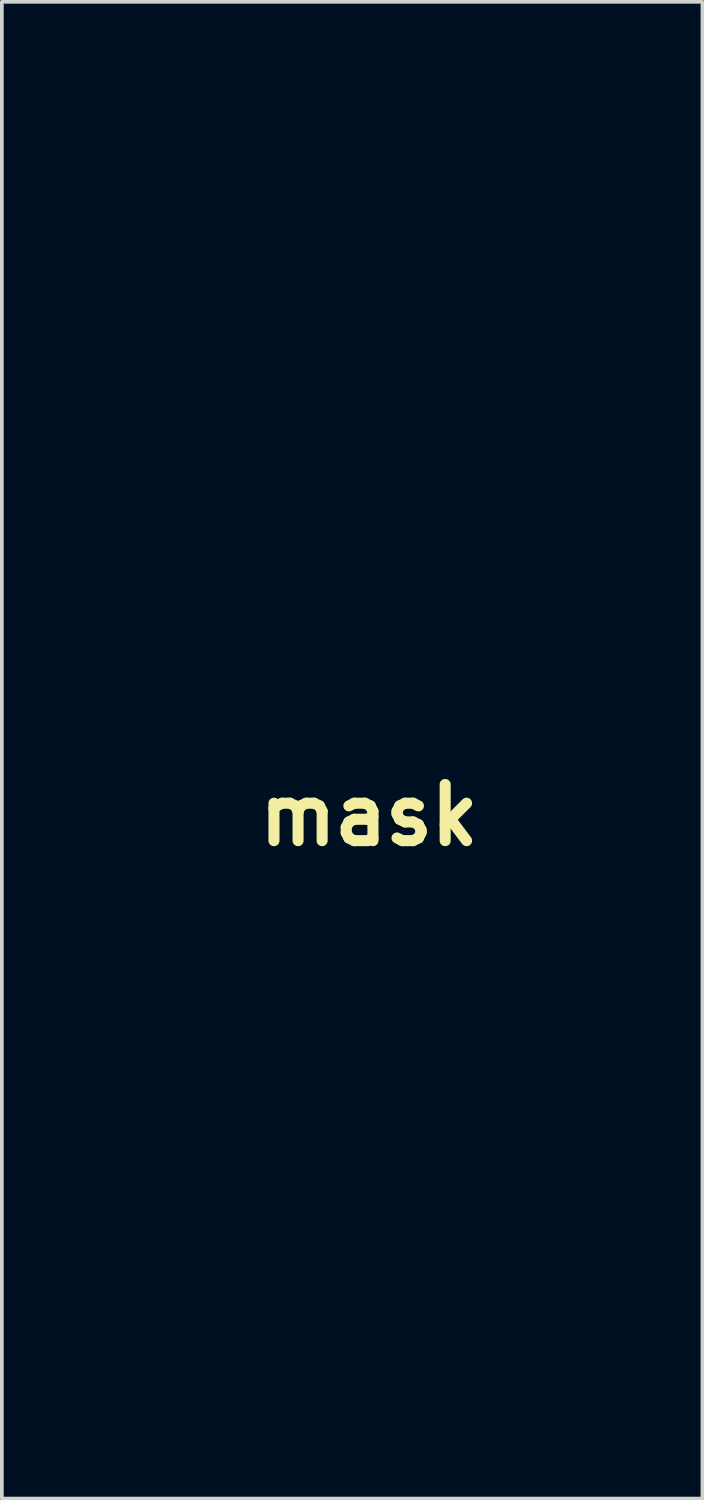
<source format=kicad_pcb>
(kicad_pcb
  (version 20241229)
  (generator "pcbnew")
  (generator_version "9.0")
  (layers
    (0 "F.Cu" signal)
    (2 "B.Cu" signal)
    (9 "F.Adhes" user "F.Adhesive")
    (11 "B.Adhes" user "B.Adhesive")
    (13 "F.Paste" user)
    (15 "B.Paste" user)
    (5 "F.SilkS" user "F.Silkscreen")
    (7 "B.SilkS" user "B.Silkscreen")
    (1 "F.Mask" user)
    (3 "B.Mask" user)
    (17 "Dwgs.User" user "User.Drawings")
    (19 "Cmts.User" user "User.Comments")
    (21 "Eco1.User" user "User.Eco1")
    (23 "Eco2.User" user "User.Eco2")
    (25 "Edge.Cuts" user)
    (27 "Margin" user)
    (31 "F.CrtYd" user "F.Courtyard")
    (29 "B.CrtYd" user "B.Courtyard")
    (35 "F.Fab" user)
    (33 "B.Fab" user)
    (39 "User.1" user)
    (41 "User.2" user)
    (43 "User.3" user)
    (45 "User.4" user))
  (footprint "mask"
    (layer "F.Cu")
    (at 6.96 19.069)
    (property "Reference" "mask" (at 0 0 0) (layer "F.SilkS") (effects (font (size 1.524 1.524) (thickness 0.3))))
    (attr through_hole)
    (fp_poly (pts (xy -5.263 1.673) (xy -5.22 1.75) (xy -5.204 1.8) (xy -5.217 1.828) (xy -5.259 1.839) (xy -5.302 1.841) (xy -5.355 1.83) (xy -5.394 1.791) (xy -5.403 1.776) (xy -5.432 1.716) (xy -5.435 1.672) (xy -5.41 1.625) (xy -5.391 1.601) (xy -5.342 1.54) (xy -5.263 1.673)) (stroke (width 0.01) (type solid)) (fill yes) (layer "F.Mask"))
    (fp_poly (pts (xy 4.371 4.756) (xy 4.314 4.849) (xy 4.238 4.968) (xy 4.149 5.103) (xy 4.051 5.246) (xy 3.951 5.389) (xy 3.856 5.523) (xy 3.796 5.604) (xy 3.72 5.704) (xy 3.665 5.774) (xy 3.629 5.818) (xy 3.609 5.838) (xy 3.599 5.839) (xy 3.598 5.832) (xy 3.607 5.811) (xy 3.631 5.758) (xy 3.668 5.68) (xy 3.714 5.582) (xy 3.756 5.492) (xy 3.868 5.273) (xy 3.978 5.084) (xy 4.085 4.928) (xy 4.187 4.807) (xy 4.283 4.723) (xy 4.347 4.687) (xy 4.43 4.654) (xy 4.371 4.756)) (stroke (width 0.01) (type solid)) (fill yes) (layer "F.Mask"))
    (fp_poly (pts (xy -6.099 0.476) (xy -5.969 0.512) (xy -5.843 0.589) (xy -5.724 0.703) (xy -5.616 0.854) (xy -5.59 0.898) (xy -5.526 1.032) (xy -5.485 1.167) (xy -5.466 1.297) (xy -5.47 1.415) (xy -5.496 1.514) (xy -5.544 1.588) (xy -5.586 1.618) (xy -5.667 1.646) (xy -5.769 1.66) (xy -5.87 1.659) (xy -5.908 1.653) (xy -6.045 1.604) (xy -6.163 1.519) (xy -6.259 1.402) (xy -6.331 1.253) (xy -6.375 1.084) (xy -6.387 0.992) (xy -6.388 0.918) (xy -6.375 0.839) (xy -6.364 0.793) (xy -6.337 0.702) (xy -6.302 0.613) (xy -6.274 0.555) (xy -6.219 0.461) (xy -6.099 0.476)) (stroke (width 0.01) (type solid)) (fill yes) (layer "F.Mask"))
    (fp_poly (pts (xy -5.182 2) (xy -5.09 2.041) (xy -4.982 2.12) (xy -4.891 2.206) (xy -4.752 2.369) (xy -4.654 2.539) (xy -4.597 2.713) (xy -4.581 2.891) (xy -4.593 3.002) (xy -4.612 3.099) (xy -4.633 3.165) (xy -4.661 3.208) (xy -4.701 3.239) (xy -4.72 3.249) (xy -4.796 3.272) (xy -4.895 3.28) (xy -4.999 3.274) (xy -5.091 3.253) (xy -5.125 3.238) (xy -5.241 3.16) (xy -5.352 3.057) (xy -5.445 2.941) (xy -5.494 2.853) (xy -5.524 2.783) (xy -5.542 2.721) (xy -5.552 2.654) (xy -5.555 2.565) (xy -5.555 2.519) (xy -5.553 2.415) (xy -5.546 2.34) (xy -5.533 2.284) (xy -5.51 2.232) (xy -5.509 2.231) (xy -5.455 2.151) (xy -5.386 2.078) (xy -5.313 2.022) (xy -5.258 1.998) (xy -5.182 2)) (stroke (width 0.01) (type solid)) (fill yes) (layer "F.Mask"))
    (fp_poly (pts (xy 4.325 -3.965) (xy 4.343 -3.94) (xy 4.375 -3.882) (xy 4.418 -3.799) (xy 4.469 -3.695) (xy 4.524 -3.578) (xy 4.582 -3.454) (xy 4.638 -3.329) (xy 4.69 -3.21) (xy 4.735 -3.102) (xy 4.769 -3.016) (xy 4.816 -2.887) (xy 4.866 -2.74) (xy 4.912 -2.597) (xy 4.939 -2.511) (xy 5.014 -2.261) (xy 4.777 -2.149) (xy 4.648 -2.09) (xy 4.514 -2.032) (xy 4.384 -1.977) (xy 4.266 -1.93) (xy 4.168 -1.894) (xy 4.1 -1.872) (xy 4.097 -1.872) (xy 4.038 -1.857) (xy 4.052 -2.151) (xy 4.061 -2.309) (xy 4.073 -2.437) (xy 4.089 -2.548) (xy 4.113 -2.654) (xy 4.147 -2.768) (xy 4.194 -2.902) (xy 4.215 -2.961) (xy 4.27 -3.116) (xy 4.318 -3.265) (xy 4.357 -3.402) (xy 4.385 -3.518) (xy 4.4 -3.607) (xy 4.402 -3.641) (xy 4.395 -3.687) (xy 4.377 -3.758) (xy 4.353 -3.835) (xy 4.332 -3.902) (xy 4.322 -3.949) (xy 4.324 -3.965) (xy 4.325 -3.965)) (stroke (width 0.01) (type solid)) (fill yes) (layer "F.Mask"))
    (fp_poly (pts (xy 5.09 2.991) (xy 5.078 3.047) (xy 5.059 3.128) (xy 5.033 3.227) (xy 5.004 3.336) (xy 4.972 3.446) (xy 4.941 3.551) (xy 4.913 3.642) (xy 4.891 3.707) (xy 4.86 3.786) (xy 4.818 3.883) (xy 4.768 3.994) (xy 4.715 4.109) (xy 4.66 4.224) (xy 4.607 4.33) (xy 4.56 4.421) (xy 4.522 4.491) (xy 4.496 4.532) (xy 4.49 4.539) (xy 4.468 4.548) (xy 4.466 4.547) (xy 4.473 4.525) (xy 4.49 4.477) (xy 4.497 4.456) (xy 4.522 4.34) (xy 4.526 4.204) (xy 4.509 4.062) (xy 4.488 3.974) (xy 4.426 3.836) (xy 4.334 3.726) (xy 4.209 3.641) (xy 4.176 3.625) (xy 4.108 3.59) (xy 4.08 3.564) (xy 4.09 3.544) (xy 4.138 3.527) (xy 4.143 3.525) (xy 4.222 3.499) (xy 4.327 3.453) (xy 4.447 3.392) (xy 4.573 3.323) (xy 4.697 3.249) (xy 4.809 3.177) (xy 4.897 3.112) (xy 4.972 3.052) (xy 5.034 3.005) (xy 5.076 2.976) (xy 5.091 2.967) (xy 5.09 2.991)) (stroke (width 0.01) (type solid)) (fill yes) (layer "F.Mask"))
    (fp_poly (pts (xy 0.313 -9.542) (xy 0.432 -9.499) (xy 0.552 -9.423) (xy 0.681 -9.311) (xy 0.682 -9.311) (xy 0.804 -9.162) (xy 0.895 -8.989) (xy 0.951 -8.796) (xy 0.971 -8.589) (xy 0.967 -8.478) (xy 0.937 -8.284) (xy 0.881 -8.123) (xy 0.8 -7.996) (xy 0.693 -7.902) (xy 0.653 -7.879) (xy 0.564 -7.845) (xy 0.458 -7.824) (xy 0.354 -7.816) (xy 0.267 -7.825) (xy 0.254 -7.829) (xy 0.091 -7.904) (xy -0.053 -8.013) (xy -0.175 -8.151) (xy -0.27 -8.313) (xy -0.333 -8.491) (xy -0.349 -8.575) (xy -0.364 -8.672) (xy -0.259 -8.65) (xy -0.146 -8.643) (xy -0.055 -8.671) (xy 0.016 -8.736) (xy 0.066 -8.838) (xy 0.089 -8.929) (xy 0.101 -9.005) (xy 0.1 -9.058) (xy 0.085 -9.107) (xy 0.072 -9.136) (xy 0.016 -9.21) (xy -0.065 -9.266) (xy -0.155 -9.296) (xy -0.182 -9.297) (xy -0.234 -9.297) (xy -0.193 -9.364) (xy -0.15 -9.413) (xy -0.089 -9.467) (xy -0.051 -9.493) (xy 0.014 -9.53) (xy 0.074 -9.549) (xy 0.147 -9.556) (xy 0.189 -9.556) (xy 0.313 -9.542)) (stroke (width 0.01) (type solid)) (fill yes) (layer "F.Mask"))
    (fp_poly (pts (xy 2.334 -12.374) (xy 2.336 -12.374) (xy 2.423 -12.355) (xy 2.528 -12.318) (xy 2.638 -12.27) (xy 2.737 -12.216) (xy 2.775 -12.191) (xy 2.837 -12.146) (xy 2.74 -12.037) (xy 2.6 -11.893) (xy 2.435 -11.746) (xy 2.257 -11.606) (xy 2.148 -11.531) (xy 1.94 -11.403) (xy 1.691 -11.269) (xy 1.406 -11.131) (xy 1.085 -10.988) (xy 0.732 -10.844) (xy 0.348 -10.697) (xy -0.063 -10.549) (xy -0.501 -10.402) (xy -0.82 -10.299) (xy -0.857 -10.291) (xy -0.868 -10.294) (xy -0.851 -10.308) (xy -0.805 -10.337) (xy -0.739 -10.375) (xy -0.712 -10.39) (xy -0.598 -10.457) (xy -0.45 -10.549) (xy -0.27 -10.667) (xy -0.058 -10.81) (xy 0.185 -10.979) (xy 0.461 -11.172) (xy 0.767 -11.389) (xy 0.872 -11.465) (xy 1.043 -11.586) (xy 1.215 -11.707) (xy 1.383 -11.825) (xy 1.542 -11.935) (xy 1.685 -12.033) (xy 1.807 -12.114) (xy 1.902 -12.176) (xy 1.92 -12.188) (xy 2.033 -12.259) (xy 2.118 -12.31) (xy 2.179 -12.345) (xy 2.225 -12.365) (xy 2.262 -12.375) (xy 2.296 -12.377) (xy 2.334 -12.374)) (stroke (width 0.01) (type solid)) (fill yes) (layer "F.Mask"))
    (fp_poly (pts (xy -0.801 13.355) (xy -0.63 13.397) (xy -0.492 13.433) (xy -0.379 13.465) (xy -0.284 13.496) (xy -0.199 13.529) (xy -0.115 13.566) (xy -0.053 13.595) (xy 0.016 13.628) (xy 0.106 13.672) (xy 0.203 13.718) (xy 0.236 13.734) (xy 0.377 13.812) (xy 0.476 13.893) (xy 0.534 13.975) (xy 0.55 14.06) (xy 0.525 14.144) (xy 0.458 14.229) (xy 0.435 14.25) (xy 0.376 14.293) (xy 0.288 14.349) (xy 0.176 14.413) (xy 0.048 14.483) (xy -0.087 14.552) (xy -0.17 14.593) (xy -0.459 14.717) (xy -0.777 14.827) (xy -1.112 14.919) (xy -1.452 14.991) (xy -1.693 15.028) (xy -1.783 15.037) (xy -1.901 15.045) (xy -2.039 15.051) (xy -2.186 15.057) (xy -2.333 15.06) (xy -2.47 15.062) (xy -2.587 15.061) (xy -2.674 15.058) (xy -2.693 15.057) (xy -2.794 15.047) (xy -2.794 14.909) (xy -2.773 14.699) (xy -2.713 14.49) (xy -2.616 14.285) (xy -2.486 14.087) (xy -2.324 13.9) (xy -2.134 13.727) (xy -1.919 13.571) (xy -1.682 13.435) (xy -1.424 13.322) (xy -1.383 13.307) (xy -1.231 13.253) (xy -0.801 13.355)) (stroke (width 0.01) (type solid)) (fill yes) (layer "F.Mask"))
    (fp_poly (pts (xy 2.991 13.41) (xy 3.115 13.431) (xy 3.157 13.44) (xy 3.424 13.499) (xy 3.654 13.557) (xy 3.852 13.616) (xy 4.023 13.677) (xy 4.173 13.743) (xy 4.305 13.815) (xy 4.426 13.895) (xy 4.463 13.922) (xy 4.534 13.982) (xy 4.606 14.053) (xy 4.672 14.126) (xy 4.724 14.193) (xy 4.756 14.246) (xy 4.763 14.268) (xy 4.745 14.289) (xy 4.698 14.326) (xy 4.629 14.374) (xy 4.544 14.428) (xy 4.452 14.485) (xy 4.358 14.538) (xy 4.339 14.548) (xy 4.185 14.628) (xy 4.003 14.717) (xy 3.8 14.812) (xy 3.584 14.91) (xy 3.364 15.007) (xy 3.147 15.099) (xy 2.942 15.183) (xy 2.756 15.256) (xy 2.598 15.314) (xy 2.563 15.325) (xy 2.382 15.38) (xy 2.186 15.429) (xy 1.985 15.472) (xy 1.791 15.505) (xy 1.613 15.527) (xy 1.462 15.536) (xy 1.447 15.536) (xy 1.392 15.533) (xy 1.36 15.518) (xy 1.336 15.478) (xy 1.322 15.446) (xy 1.297 15.346) (xy 1.288 15.218) (xy 1.295 15.074) (xy 1.319 14.925) (xy 1.331 14.877) (xy 1.41 14.653) (xy 1.526 14.431) (xy 1.677 14.216) (xy 1.857 14.013) (xy 2.062 13.826) (xy 2.288 13.661) (xy 2.531 13.521) (xy 2.595 13.491) (xy 2.705 13.444) (xy 2.799 13.415) (xy 2.89 13.405) (xy 2.991 13.41)) (stroke (width 0.01) (type solid)) (fill yes) (layer "F.Mask"))
    (fp_poly (pts (xy -0.329 -14.726) (xy -0.274 -14.717) (xy -0.195 -14.703) (xy -0.124 -14.69) (xy 0.119 -14.623) (xy 0.337 -14.523) (xy 0.536 -14.389) (xy 0.586 -14.347) (xy 0.834 -14.103) (xy 1.05 -13.832) (xy 1.232 -13.536) (xy 1.38 -13.219) (xy 1.491 -12.882) (xy 1.526 -12.736) (xy 1.549 -12.642) (xy 1.572 -12.554) (xy 1.593 -12.488) (xy 1.599 -12.472) (xy 1.618 -12.423) (xy 1.625 -12.396) (xy 1.625 -12.394) (xy 1.605 -12.382) (xy 1.558 -12.356) (xy 1.494 -12.321) (xy 1.492 -12.32) (xy 1.407 -12.271) (xy 1.318 -12.215) (xy 1.265 -12.179) (xy 1.215 -12.149) (xy 1.14 -12.11) (xy 1.049 -12.065) (xy 0.949 -12.018) (xy 0.85 -11.974) (xy 0.76 -11.937) (xy 0.688 -11.909) (xy 0.643 -11.896) (xy 0.637 -11.896) (xy 0.615 -11.907) (xy 0.614 -11.912) (xy 0.611 -11.949) (xy 0.606 -12.021) (xy 0.597 -12.121) (xy 0.586 -12.242) (xy 0.574 -12.375) (xy 0.561 -12.514) (xy 0.548 -12.652) (xy 0.535 -12.781) (xy 0.524 -12.894) (xy 0.515 -12.984) (xy 0.508 -13.044) (xy 0.507 -13.049) (xy 0.448 -13.394) (xy 0.369 -13.702) (xy 0.268 -13.974) (xy 0.145 -14.21) (xy 0.001 -14.41) (xy -0.164 -14.574) (xy -0.216 -14.615) (xy -0.28 -14.664) (xy -0.327 -14.702) (xy -0.35 -14.724) (xy -0.351 -14.727) (xy -0.329 -14.726)) (stroke (width 0.01) (type solid)) (fill yes) (layer "F.Mask"))
    (fp_poly (pts (xy 0.827 -11.82) (xy 0.809 -11.795) (xy 0.764 -11.752) (xy 0.698 -11.695) (xy 0.613 -11.627) (xy 0.516 -11.551) (xy 0.409 -11.471) (xy 0.297 -11.39) (xy 0.185 -11.31) (xy 0.076 -11.237) (xy -0.005 -11.185) (xy -0.142 -11.103) (xy -0.307 -11.012) (xy -0.488 -10.918) (xy -0.673 -10.827) (xy -0.851 -10.745) (xy -1.009 -10.677) (xy -1.052 -10.66) (xy -1.481 -10.514) (xy -1.921 -10.404) (xy -2.364 -10.331) (xy -2.805 -10.295) (xy -3.239 -10.299) (xy -3.27 -10.301) (xy -3.367 -10.309) (xy -3.47 -10.319) (xy -3.573 -10.331) (xy -3.666 -10.343) (xy -3.74 -10.355) (xy -3.787 -10.365) (xy -3.798 -10.37) (xy -3.804 -10.394) (xy -3.814 -10.451) (xy -3.828 -10.534) (xy -3.844 -10.634) (xy -3.861 -10.743) (xy -3.877 -10.852) (xy -3.893 -10.954) (xy -3.905 -11.04) (xy -3.913 -11.102) (xy -3.916 -11.132) (xy -3.898 -11.141) (xy -3.847 -11.132) (xy -3.798 -11.12) (xy -3.72 -11.103) (xy -3.622 -11.085) (xy -3.538 -11.069) (xy -3.271 -11.037) (xy -2.971 -11.025) (xy -2.642 -11.033) (xy -2.287 -11.061) (xy -1.91 -11.108) (xy -1.514 -11.174) (xy -1.104 -11.258) (xy -0.683 -11.359) (xy -0.254 -11.476) (xy 0.178 -11.611) (xy 0.345 -11.666) (xy 0.474 -11.71) (xy 0.592 -11.75) (xy 0.691 -11.784) (xy 0.766 -11.808) (xy 0.809 -11.822) (xy 0.815 -11.824) (xy 0.827 -11.82)) (stroke (width 0.01) (type solid)) (fill yes) (layer "F.Mask"))
    (fp_poly (pts (xy 3.491 1.401) (xy 3.493 1.406) (xy 3.486 1.431) (xy 3.467 1.487) (xy 3.441 1.563) (xy 3.409 1.652) (xy 3.376 1.743) (xy 3.345 1.827) (xy 3.319 1.894) (xy 3.306 1.928) (xy 3.277 2.008) (xy 3.25 2.101) (xy 3.239 2.145) (xy 3.221 2.217) (xy 3.201 2.254) (xy 3.179 2.263) (xy 3.146 2.258) (xy 3.08 2.246) (xy 2.99 2.229) (xy 2.886 2.208) (xy 2.857 2.202) (xy 2.725 2.173) (xy 2.571 2.137) (xy 2.412 2.098) (xy 2.268 2.06) (xy 2.254 2.057) (xy 2.036 1.998) (xy 1.838 1.947) (xy 1.65 1.899) (xy 1.461 1.853) (xy 1.262 1.806) (xy 1.041 1.755) (xy 0.815 1.705) (xy 0.636 1.665) (xy 0.495 1.632) (xy 0.388 1.605) (xy 0.31 1.582) (xy 0.258 1.563) (xy 0.228 1.545) (xy 0.216 1.527) (xy 0.218 1.508) (xy 0.228 1.488) (xy 0.249 1.475) (xy 0.289 1.477) (xy 0.35 1.494) (xy 0.402 1.505) (xy 0.488 1.518) (xy 0.601 1.533) (xy 0.733 1.548) (xy 0.876 1.562) (xy 0.942 1.568) (xy 1.094 1.581) (xy 1.244 1.595) (xy 1.382 1.608) (xy 1.499 1.619) (xy 1.587 1.628) (xy 1.609 1.63) (xy 1.751 1.642) (xy 1.921 1.648) (xy 2.106 1.65) (xy 2.293 1.646) (xy 2.469 1.638) (xy 2.621 1.626) (xy 2.667 1.62) (xy 2.894 1.58) (xy 3.098 1.524) (xy 3.271 1.455) (xy 3.285 1.448) (xy 3.349 1.421) (xy 3.412 1.402) (xy 3.463 1.395) (xy 3.491 1.401)) (stroke (width 0.01) (type solid)) (fill yes) (layer "F.Mask"))
    (fp_poly (pts (xy 3.714 -19.042) (xy 3.697 -18.987) (xy 3.67 -18.902) (xy 3.633 -18.794) (xy 3.589 -18.669) (xy 3.555 -18.571) (xy 3.426 -18.205) (xy 3.311 -17.867) (xy 3.209 -17.549) (xy 3.117 -17.245) (xy 3.034 -16.946) (xy 2.957 -16.647) (xy 2.885 -16.339) (xy 2.816 -16.016) (xy 2.748 -15.67) (xy 2.68 -15.295) (xy 2.626 -14.986) (xy 2.567 -14.632) (xy 2.518 -14.313) (xy 2.477 -14.023) (xy 2.444 -13.756) (xy 2.417 -13.505) (xy 2.398 -13.265) (xy 2.383 -13.029) (xy 2.377 -12.888) (xy 2.364 -12.536) (xy 2.193 -12.538) (xy 2.059 -12.532) (xy 1.948 -12.511) (xy 1.901 -12.496) (xy 1.832 -12.474) (xy 1.792 -12.467) (xy 1.773 -12.474) (xy 1.768 -12.483) (xy 1.76 -12.525) (xy 1.757 -12.58) (xy 1.748 -12.636) (xy 1.726 -12.722) (xy 1.693 -12.831) (xy 1.652 -12.954) (xy 1.604 -13.083) (xy 1.554 -13.21) (xy 1.504 -13.327) (xy 1.496 -13.345) (xy 1.402 -13.549) (xy 1.439 -13.67) (xy 1.456 -13.737) (xy 1.476 -13.835) (xy 1.495 -13.949) (xy 1.511 -14.067) (xy 1.513 -14.076) (xy 1.58 -14.536) (xy 1.668 -14.981) (xy 1.778 -15.425) (xy 1.915 -15.881) (xy 1.947 -15.981) (xy 2.137 -16.51) (xy 2.346 -17.008) (xy 2.572 -17.473) (xy 2.815 -17.902) (xy 3.073 -18.294) (xy 3.154 -18.404) (xy 3.224 -18.496) (xy 3.302 -18.594) (xy 3.385 -18.696) (xy 3.467 -18.794) (xy 3.545 -18.884) (xy 3.613 -18.962) (xy 3.668 -19.02) (xy 3.705 -19.056) (xy 3.719 -19.064) (xy 3.714 -19.042)) (stroke (width 0.01) (type solid)) (fill yes) (layer "F.Mask"))
    (fp_poly (pts (xy 0.206 1.706) (xy 0.276 1.718) (xy 0.373 1.737) (xy 0.503 1.764) (xy 0.635 1.792) (xy 0.801 1.828) (xy 1.001 1.874) (xy 1.229 1.929) (xy 1.477 1.99) (xy 1.74 2.055) (xy 2.01 2.124) (xy 2.281 2.195) (xy 2.547 2.265) (xy 2.8 2.333) (xy 3.035 2.397) (xy 3.244 2.456) (xy 3.421 2.507) (xy 3.428 2.51) (xy 3.546 2.564) (xy 3.643 2.645) (xy 3.71 2.746) (xy 3.727 2.79) (xy 3.74 2.891) (xy 3.715 2.974) (xy 3.651 3.039) (xy 3.551 3.084) (xy 3.523 3.092) (xy 3.479 3.098) (xy 3.401 3.103) (xy 3.295 3.109) (xy 3.169 3.113) (xy 3.029 3.118) (xy 2.884 3.121) (xy 2.74 3.123) (xy 2.605 3.125) (xy 2.486 3.125) (xy 2.391 3.123) (xy 2.326 3.12) (xy 2.318 3.119) (xy 2.276 3.115) (xy 2.197 3.108) (xy 2.089 3.099) (xy 1.956 3.088) (xy 1.806 3.075) (xy 1.644 3.062) (xy 1.59 3.057) (xy 1.282 3.029) (xy 1.002 2.999) (xy 0.753 2.967) (xy 0.536 2.933) (xy 0.353 2.897) (xy 0.206 2.861) (xy 0.098 2.824) (xy 0.029 2.787) (xy 0.025 2.783) (xy 0.001 2.76) (xy -0.016 2.736) (xy -0.025 2.703) (xy -0.029 2.651) (xy -0.03 2.572) (xy -0.029 2.494) (xy -0.023 2.374) (xy -0.01 2.239) (xy 0.008 2.1) (xy 0.031 1.968) (xy 0.055 1.853) (xy 0.081 1.766) (xy 0.091 1.742) (xy 0.099 1.724) (xy 0.11 1.711) (xy 0.128 1.703) (xy 0.159 1.701) (xy 0.206 1.706)) (stroke (width 0.01) (type solid)) (fill yes) (layer "F.Mask"))
    (fp_poly (pts (xy 0.409 -0.578) (xy 0.525 -0.545) (xy 0.593 -0.523) (xy 0.691 -0.483) (xy 0.824 -0.421) (xy 0.991 -0.337) (xy 1.193 -0.23) (xy 1.418 -0.107) (xy 1.726 0.062) (xy 2.001 0.212) (xy 2.247 0.343) (xy 2.469 0.458) (xy 2.67 0.559) (xy 2.854 0.648) (xy 3.024 0.727) (xy 3.076 0.75) (xy 3.262 0.835) (xy 3.411 0.912) (xy 3.526 0.982) (xy 3.612 1.046) (xy 3.672 1.109) (xy 3.673 1.111) (xy 3.714 1.175) (xy 3.719 1.221) (xy 3.686 1.254) (xy 3.613 1.278) (xy 3.601 1.28) (xy 3.554 1.287) (xy 3.542 1.279) (xy 3.546 1.269) (xy 3.549 1.252) (xy 3.52 1.256) (xy 3.512 1.258) (xy 3.456 1.269) (xy 3.375 1.277) (xy 3.284 1.282) (xy 3.199 1.283) (xy 3.136 1.279) (xy 3.133 1.278) (xy 3.089 1.271) (xy 3.016 1.259) (xy 2.926 1.244) (xy 2.879 1.237) (xy 2.782 1.22) (xy 2.685 1.201) (xy 2.584 1.179) (xy 2.475 1.152) (xy 2.352 1.118) (xy 2.211 1.077) (xy 2.049 1.027) (xy 1.859 0.968) (xy 1.637 0.897) (xy 1.41 0.823) (xy 1.15 0.737) (xy 0.928 0.662) (xy 0.741 0.597) (xy 0.587 0.541) (xy 0.463 0.492) (xy 0.367 0.45) (xy 0.296 0.414) (xy 0.247 0.382) (xy 0.223 0.361) (xy 0.207 0.338) (xy 0.203 0.311) (xy 0.213 0.268) (xy 0.237 0.2) (xy 0.243 0.184) (xy 0.305 -0.029) (xy 0.329 -0.23) (xy 0.319 -0.383) (xy 0.306 -0.46) (xy 0.293 -0.524) (xy 0.284 -0.559) (xy 0.288 -0.585) (xy 0.33 -0.592) (xy 0.409 -0.578)) (stroke (width 0.01) (type solid)) (fill yes) (layer "F.Mask"))
    (fp_poly (pts (xy 3.214 -1.436) (xy 3.215 -1.404) (xy 3.209 -1.337) (xy 3.198 -1.24) (xy 3.181 -1.121) (xy 3.161 -0.985) (xy 3.137 -0.839) (xy 3.112 -0.689) (xy 3.085 -0.541) (xy 3.078 -0.506) (xy 3.052 -0.36) (xy 3.025 -0.206) (xy 3.001 -0.056) (xy 2.982 0.074) (xy 2.974 0.129) (xy 2.955 0.274) (xy 2.941 0.381) (xy 2.929 0.455) (xy 2.919 0.502) (xy 2.909 0.526) (xy 2.897 0.532) (xy 2.883 0.525) (xy 2.867 0.511) (xy 2.843 0.496) (xy 2.786 0.463) (xy 2.7 0.416) (xy 2.59 0.356) (xy 2.461 0.286) (xy 2.317 0.208) (xy 2.162 0.125) (xy 2.001 0.039) (xy 1.839 -0.048) (xy 1.68 -0.132) (xy 1.528 -0.213) (xy 1.388 -0.286) (xy 1.265 -0.351) (xy 1.162 -0.404) (xy 1.111 -0.429) (xy 0.958 -0.505) (xy 0.833 -0.562) (xy 0.727 -0.604) (xy 0.632 -0.633) (xy 0.539 -0.653) (xy 0.44 -0.666) (xy 0.41 -0.669) (xy 0.329 -0.677) (xy 0.279 -0.687) (xy 0.249 -0.704) (xy 0.227 -0.733) (xy 0.212 -0.762) (xy 0.175 -0.825) (xy 0.125 -0.9) (xy 0.099 -0.936) (xy 0.026 -1.031) (xy 0.156 -0.987) (xy 0.201 -0.973) (xy 0.247 -0.962) (xy 0.299 -0.954) (xy 0.364 -0.949) (xy 0.45 -0.946) (xy 0.561 -0.944) (xy 0.706 -0.944) (xy 0.783 -0.944) (xy 1.02 -0.947) (xy 1.227 -0.954) (xy 1.417 -0.969) (xy 1.604 -0.99) (xy 1.801 -1.021) (xy 2.019 -1.062) (xy 2.115 -1.082) (xy 2.434 -1.159) (xy 2.733 -1.256) (xy 3.016 -1.371) (xy 3.097 -1.405) (xy 3.163 -1.429) (xy 3.204 -1.438) (xy 3.214 -1.436)) (stroke (width 0.01) (type solid)) (fill yes) (layer "F.Mask"))
    (fp_poly (pts (xy 4.014 3.696) (xy 4.128 3.767) (xy 4.201 3.84) (xy 4.303 3.982) (xy 4.363 4.119) (xy 4.381 4.252) (xy 4.357 4.38) (xy 4.29 4.503) (xy 4.25 4.553) (xy 4.212 4.592) (xy 4.15 4.646) (xy 4.076 4.707) (xy 4.047 4.73) (xy 3.966 4.8) (xy 3.888 4.877) (xy 3.828 4.948) (xy 3.818 4.963) (xy 3.769 5.049) (xy 3.709 5.172) (xy 3.641 5.33) (xy 3.564 5.519) (xy 3.48 5.737) (xy 3.391 5.979) (xy 3.297 6.244) (xy 3.2 6.528) (xy 3.101 6.827) (xy 3 7.139) (xy 2.899 7.461) (xy 2.889 7.493) (xy 2.842 7.646) (xy 2.798 7.786) (xy 2.76 7.908) (xy 2.728 8.007) (xy 2.705 8.077) (xy 2.692 8.114) (xy 2.691 8.117) (xy 2.669 8.117) (xy 2.63 8.091) (xy 2.605 8.068) (xy 2.485 7.978) (xy 2.337 7.908) (xy 2.217 7.873) (xy 2.152 7.857) (xy 2.108 7.844) (xy 2.095 7.837) (xy 2.105 7.815) (xy 2.13 7.766) (xy 2.167 7.696) (xy 2.189 7.655) (xy 2.231 7.571) (xy 2.285 7.451) (xy 2.35 7.3) (xy 2.423 7.123) (xy 2.504 6.924) (xy 2.59 6.706) (xy 2.679 6.476) (xy 2.77 6.237) (xy 2.862 5.993) (xy 2.951 5.749) (xy 3.038 5.51) (xy 3.119 5.28) (xy 3.14 5.218) (xy 3.212 5.003) (xy 3.266 4.82) (xy 3.304 4.663) (xy 3.327 4.525) (xy 3.336 4.401) (xy 3.334 4.283) (xy 3.333 4.269) (xy 3.331 4.109) (xy 3.358 3.979) (xy 3.415 3.873) (xy 3.505 3.787) (xy 3.609 3.727) (xy 3.755 3.676) (xy 3.89 3.666) (xy 4.014 3.696)) (stroke (width 0.01) (type solid)) (fill yes) (layer "F.Mask"))
    (fp_poly (pts (xy -6.866 -16.879) (xy -6.786 -16.858) (xy -6.694 -16.828) (xy -6.598 -16.793) (xy -6.509 -16.755) (xy -6.484 -16.743) (xy -6.391 -16.694) (xy -6.296 -16.636) (xy -6.195 -16.567) (xy -6.083 -16.482) (xy -5.959 -16.381) (xy -5.816 -16.258) (xy -5.652 -16.111) (xy -5.463 -15.938) (xy -5.431 -15.908) (xy -5.281 -15.765) (xy -5.121 -15.604) (xy -4.952 -15.428) (xy -4.78 -15.243) (xy -4.608 -15.053) (xy -4.439 -14.861) (xy -4.278 -14.672) (xy -4.127 -14.49) (xy -3.991 -14.32) (xy -3.873 -14.166) (xy -3.777 -14.031) (xy -3.706 -13.921) (xy -3.691 -13.893) (xy -3.675 -13.861) (xy -3.669 -13.833) (xy -3.677 -13.8) (xy -3.702 -13.753) (xy -3.746 -13.681) (xy -3.752 -13.671) (xy -3.861 -13.471) (xy -3.959 -13.237) (xy -4.042 -12.979) (xy -4.064 -12.899) (xy -4.113 -12.689) (xy -4.146 -12.494) (xy -4.164 -12.298) (xy -4.168 -12.085) (xy -4.167 -11.978) (xy -4.164 -11.868) (xy -4.162 -11.775) (xy -4.161 -11.706) (xy -4.161 -11.668) (xy -4.162 -11.663) (xy -4.17 -11.682) (xy -4.192 -11.735) (xy -4.226 -11.818) (xy -4.27 -11.925) (xy -4.321 -12.052) (xy -4.378 -12.194) (xy -4.393 -12.229) (xy -4.562 -12.642) (xy -4.722 -13.02) (xy -4.877 -13.368) (xy -5.028 -13.693) (xy -5.173 -13.991) (xy -5.254 -14.151) (xy -5.332 -14.302) (xy -5.409 -14.446) (xy -5.488 -14.587) (xy -5.572 -14.731) (xy -5.663 -14.881) (xy -5.763 -15.041) (xy -5.875 -15.214) (xy -6.001 -15.406) (xy -6.144 -15.62) (xy -6.307 -15.86) (xy -6.491 -16.131) (xy -6.505 -16.15) (xy -6.593 -16.281) (xy -6.678 -16.41) (xy -6.757 -16.533) (xy -6.826 -16.646) (xy -6.884 -16.742) (xy -6.926 -16.818) (xy -6.951 -16.867) (xy -6.955 -16.886) (xy -6.925 -16.89) (xy -6.866 -16.879)) (stroke (width 0.01) (type solid)) (fill yes) (layer "F.Mask"))
    (fp_poly (pts (xy 3.936 -4.114) (xy 4.032 -4.058) (xy 4.117 -3.974) (xy 4.185 -3.869) (xy 4.232 -3.747) (xy 4.253 -3.613) (xy 4.254 -3.582) (xy 4.252 -3.532) (xy 4.248 -3.488) (xy 4.239 -3.443) (xy 4.222 -3.388) (xy 4.194 -3.315) (xy 4.155 -3.217) (xy 4.12 -3.133) (xy 4.071 -3.008) (xy 4.029 -2.886) (xy 3.994 -2.762) (xy 3.965 -2.63) (xy 3.941 -2.485) (xy 3.921 -2.322) (xy 3.905 -2.134) (xy 3.891 -1.917) (xy 3.878 -1.665) (xy 3.874 -1.566) (xy 3.868 -1.438) (xy 3.861 -1.286) (xy 3.851 -1.114) (xy 3.84 -0.927) (xy 3.828 -0.729) (xy 3.815 -0.524) (xy 3.802 -0.318) (xy 3.788 -0.113) (xy 3.775 0.085) (xy 3.761 0.271) (xy 3.749 0.443) (xy 3.737 0.594) (xy 3.727 0.721) (xy 3.718 0.82) (xy 3.711 0.885) (xy 3.707 0.913) (xy 3.706 0.914) (xy 3.683 0.911) (xy 3.643 0.887) (xy 3.631 0.878) (xy 3.581 0.845) (xy 3.506 0.805) (xy 3.421 0.766) (xy 3.409 0.761) (xy 3.272 0.704) (xy 3.171 0.66) (xy 3.098 0.626) (xy 3.051 0.6) (xy 3.024 0.579) (xy 3.012 0.56) (xy 3.01 0.539) (xy 3.012 0.53) (xy 3.019 0.492) (xy 3.033 0.421) (xy 3.053 0.324) (xy 3.077 0.21) (xy 3.097 0.114) (xy 3.212 -0.487) (xy 3.305 -1.087) (xy 3.373 -1.671) (xy 3.389 -1.852) (xy 3.401 -2.084) (xy 3.401 -2.331) (xy 3.391 -2.582) (xy 3.37 -2.828) (xy 3.34 -3.057) (xy 3.301 -3.257) (xy 3.29 -3.301) (xy 3.262 -3.468) (xy 3.266 -3.625) (xy 3.302 -3.764) (xy 3.369 -3.88) (xy 3.378 -3.891) (xy 3.468 -3.976) (xy 3.579 -4.055) (xy 3.693 -4.113) (xy 3.729 -4.126) (xy 3.834 -4.139) (xy 3.936 -4.114)) (stroke (width 0.01) (type solid)) (fill yes) (layer "F.Mask"))
    (fp_poly (pts (xy -1.778 7.572) (xy -1.744 7.586) (xy -1.597 7.672) (xy -1.485 7.78) (xy -1.405 7.913) (xy -1.365 8.03) (xy -1.334 8.131) (xy -1.288 8.26) (xy -1.224 8.419) (xy -1.142 8.611) (xy -1.041 8.836) (xy -0.978 8.975) (xy -0.897 9.153) (xy -0.82 9.328) (xy -0.745 9.505) (xy -0.669 9.689) (xy -0.59 9.886) (xy -0.507 10.101) (xy -0.417 10.339) (xy -0.318 10.605) (xy -0.208 10.905) (xy -0.179 10.986) (xy -0.069 11.291) (xy 0.028 11.561) (xy 0.112 11.799) (xy 0.184 12.009) (xy 0.244 12.196) (xy 0.296 12.362) (xy 0.338 12.512) (xy 0.372 12.651) (xy 0.4 12.78) (xy 0.422 12.906) (xy 0.439 13.031) (xy 0.453 13.159) (xy 0.464 13.295) (xy 0.474 13.442) (xy 0.475 13.457) (xy 0.479 13.558) (xy 0.476 13.621) (xy 0.465 13.648) (xy 0.445 13.644) (xy 0.426 13.624) (xy 0.394 13.599) (xy 0.331 13.561) (xy 0.247 13.516) (xy 0.149 13.466) (xy 0.047 13.417) (xy -0.05 13.373) (xy -0.135 13.338) (xy -0.159 13.329) (xy -0.306 13.283) (xy -0.481 13.237) (xy -0.669 13.195) (xy -0.854 13.161) (xy -1.016 13.138) (xy -1.237 13.113) (xy -1.296 12.869) (xy -1.328 12.728) (xy -1.367 12.551) (xy -1.411 12.346) (xy -1.459 12.119) (xy -1.509 11.878) (xy -1.559 11.628) (xy -1.609 11.376) (xy -1.658 11.13) (xy -1.703 10.896) (xy -1.743 10.68) (xy -1.745 10.668) (xy -1.778 10.493) (xy -1.811 10.318) (xy -1.844 10.15) (xy -1.875 9.999) (xy -1.901 9.873) (xy -1.922 9.778) (xy -1.925 9.765) (xy -2.009 9.471) (xy -2.117 9.187) (xy -2.244 8.923) (xy -2.387 8.688) (xy -2.447 8.603) (xy -2.526 8.495) (xy -2.579 8.408) (xy -2.612 8.331) (xy -2.628 8.254) (xy -2.633 8.17) (xy -2.629 8.079) (xy -2.612 8.006) (xy -2.577 7.929) (xy -2.571 7.918) (xy -2.469 7.766) (xy -2.351 7.65) (xy -2.221 7.571) (xy -2.079 7.531) (xy -1.931 7.531) (xy -1.778 7.572)) (stroke (width 0.01) (type solid)) (fill yes) (layer "F.Mask"))
    (fp_poly (pts (xy 2.156 8) (xy 2.254 8.027) (xy 2.265 8.032) (xy 2.315 8.061) (xy 2.382 8.105) (xy 2.458 8.157) (xy 2.533 8.211) (xy 2.596 8.259) (xy 2.64 8.295) (xy 2.651 8.307) (xy 2.661 8.33) (xy 2.681 8.384) (xy 2.71 8.47) (xy 2.749 8.589) (xy 2.798 8.743) (xy 2.859 8.934) (xy 2.931 9.163) (xy 2.995 9.366) (xy 3.05 9.537) (xy 3.104 9.695) (xy 3.161 9.848) (xy 3.224 10.002) (xy 3.295 10.164) (xy 3.377 10.343) (xy 3.474 10.545) (xy 3.574 10.749) (xy 3.763 11.135) (xy 3.93 11.491) (xy 4.077 11.821) (xy 4.205 12.129) (xy 4.317 12.419) (xy 4.414 12.697) (xy 4.498 12.967) (xy 4.571 13.233) (xy 4.633 13.498) (xy 4.657 13.606) (xy 4.676 13.7) (xy 4.691 13.772) (xy 4.698 13.814) (xy 4.699 13.82) (xy 4.687 13.842) (xy 4.658 13.832) (xy 4.633 13.808) (xy 4.589 13.768) (xy 4.517 13.717) (xy 4.427 13.661) (xy 4.33 13.607) (xy 4.237 13.562) (xy 4.191 13.542) (xy 4.105 13.511) (xy 3.987 13.473) (xy 3.848 13.431) (xy 3.695 13.387) (xy 3.539 13.344) (xy 3.389 13.305) (xy 3.255 13.273) (xy 3.245 13.27) (xy 3.05 13.226) (xy 3.026 13.106) (xy 3.01 13.035) (xy 2.983 12.929) (xy 2.947 12.795) (xy 2.903 12.638) (xy 2.854 12.464) (xy 2.801 12.278) (xy 2.745 12.088) (xy 2.688 11.898) (xy 2.633 11.714) (xy 2.58 11.543) (xy 2.538 11.409) (xy 2.467 11.186) (xy 2.407 10.998) (xy 2.358 10.838) (xy 2.316 10.701) (xy 2.281 10.581) (xy 2.251 10.472) (xy 2.225 10.369) (xy 2.199 10.265) (xy 2.174 10.155) (xy 2.168 10.128) (xy 2.111 9.899) (xy 2.05 9.704) (xy 1.981 9.535) (xy 1.899 9.381) (xy 1.802 9.236) (xy 1.704 9.112) (xy 1.586 8.955) (xy 1.499 8.801) (xy 1.445 8.654) (xy 1.426 8.52) (xy 1.429 8.463) (xy 1.467 8.341) (xy 1.543 8.228) (xy 1.655 8.128) (xy 1.8 8.045) (xy 1.811 8.04) (xy 1.919 8.007) (xy 2.039 7.993) (xy 2.156 8)) (stroke (width 0.01) (type solid)) (fill yes) (layer "F.Mask"))
    (fp_poly (pts (xy 4.677 -1.351) (xy 4.72 -1.336) (xy 4.763 -1.301) (xy 4.804 -1.258) (xy 4.893 -1.146) (xy 4.947 -1.035) (xy 4.97 -0.914) (xy 4.971 -0.816) (xy 4.962 -0.719) (xy 4.942 -0.638) (xy 4.905 -0.551) (xy 4.888 -0.517) (xy 4.782 -0.312) (xy 4.694 -0.14) (xy 4.622 0.003) (xy 4.563 0.123) (xy 4.514 0.224) (xy 4.475 0.31) (xy 4.442 0.386) (xy 4.414 0.457) (xy 4.389 0.526) (xy 4.364 0.6) (xy 4.356 0.624) (xy 4.315 0.751) (xy 4.27 0.904) (xy 4.223 1.067) (xy 4.18 1.224) (xy 4.162 1.293) (xy 4.121 1.448) (xy 4.073 1.621) (xy 4.023 1.796) (xy 3.976 1.955) (xy 3.959 2.01) (xy 3.924 2.127) (xy 3.893 2.231) (xy 3.87 2.316) (xy 3.856 2.373) (xy 3.852 2.393) (xy 3.846 2.444) (xy 3.829 2.484) (xy 3.813 2.497) (xy 3.789 2.484) (xy 3.75 2.455) (xy 3.712 2.433) (xy 3.645 2.404) (xy 3.564 2.372) (xy 3.48 2.343) (xy 3.406 2.32) (xy 3.354 2.308) (xy 3.346 2.307) (xy 3.327 2.325) (xy 3.304 2.367) (xy 3.302 2.371) (xy 3.281 2.412) (xy 3.267 2.427) (xy 3.266 2.426) (xy 3.271 2.405) (xy 3.289 2.35) (xy 3.319 2.265) (xy 3.358 2.157) (xy 3.405 2.031) (xy 3.452 1.908) (xy 3.512 1.751) (xy 3.559 1.629) (xy 3.597 1.538) (xy 3.627 1.471) (xy 3.651 1.424) (xy 3.673 1.393) (xy 3.694 1.372) (xy 3.717 1.356) (xy 3.718 1.356) (xy 3.757 1.33) (xy 3.778 1.304) (xy 3.787 1.263) (xy 3.789 1.196) (xy 3.789 1.181) (xy 3.8 1.053) (xy 3.831 0.937) (xy 3.853 0.869) (xy 3.881 0.769) (xy 3.914 0.644) (xy 3.949 0.503) (xy 3.984 0.355) (xy 4.017 0.208) (xy 4.046 0.071) (xy 4.07 -0.049) (xy 4.086 -0.142) (xy 4.086 -0.145) (xy 4.097 -0.244) (xy 4.102 -0.343) (xy 4.1 -0.422) (xy 4.099 -0.43) (xy 4.094 -0.534) (xy 4.1 -0.657) (xy 4.114 -0.787) (xy 4.135 -0.908) (xy 4.161 -1.007) (xy 4.172 -1.038) (xy 4.243 -1.157) (xy 4.341 -1.253) (xy 4.456 -1.32) (xy 4.581 -1.353) (xy 4.622 -1.355) (xy 4.677 -1.351)) (stroke (width 0.01) (type solid)) (fill yes) (layer "F.Mask"))
    (fp_poly (pts (xy 5.039 -2.144) (xy 5.051 -2.116) (xy 5.069 -2.053) (xy 5.092 -1.961) (xy 5.119 -1.847) (xy 5.148 -1.717) (xy 5.178 -1.579) (xy 5.206 -1.438) (xy 5.233 -1.301) (xy 5.255 -1.175) (xy 5.259 -1.154) (xy 5.307 -0.827) (xy 5.343 -0.496) (xy 5.367 -0.173) (xy 5.376 0.126) (xy 5.376 0.159) (xy 5.376 0.48) (xy 5.181 0.588) (xy 5.07 0.647) (xy 4.943 0.713) (xy 4.819 0.774) (xy 4.773 0.796) (xy 4.675 0.843) (xy 4.582 0.892) (xy 4.506 0.934) (xy 4.471 0.956) (xy 4.421 0.988) (xy 4.389 1.004) (xy 4.381 1.002) (xy 4.388 0.97) (xy 4.407 0.906) (xy 4.434 0.818) (xy 4.467 0.715) (xy 4.505 0.603) (xy 4.543 0.491) (xy 4.579 0.388) (xy 4.611 0.3) (xy 4.635 0.237) (xy 4.647 0.212) (xy 4.68 0.151) (xy 4.73 0.07) (xy 4.786 -0.02) (xy 4.814 -0.062) (xy 4.901 -0.21) (xy 4.978 -0.369) (xy 5.04 -0.532) (xy 5.086 -0.69) (xy 5.112 -0.833) (xy 5.116 -0.952) (xy 5.114 -0.97) (xy 5.073 -1.123) (xy 4.997 -1.255) (xy 4.887 -1.363) (xy 4.773 -1.431) (xy 4.692 -1.465) (xy 4.627 -1.478) (xy 4.56 -1.471) (xy 4.474 -1.444) (xy 4.459 -1.439) (xy 4.321 -1.366) (xy 4.201 -1.262) (xy 4.108 -1.137) (xy 4.093 -1.108) (xy 4.071 -1.06) (xy 4.055 -1.013) (xy 4.043 -0.959) (xy 4.034 -0.889) (xy 4.027 -0.796) (xy 4.019 -0.669) (xy 4.018 -0.649) (xy 4.011 -0.534) (xy 3.999 -0.406) (xy 3.985 -0.273) (xy 3.969 -0.142) (xy 3.952 -0.02) (xy 3.936 0.085) (xy 3.92 0.168) (xy 3.907 0.219) (xy 3.9 0.233) (xy 3.896 0.219) (xy 3.896 0.174) (xy 3.901 0.106) (xy 3.906 0.05) (xy 3.913 -0.042) (xy 3.923 -0.163) (xy 3.935 -0.308) (xy 3.948 -0.468) (xy 3.962 -0.639) (xy 3.976 -0.813) (xy 3.989 -0.985) (xy 4.002 -1.147) (xy 4.014 -1.294) (xy 4.024 -1.419) (xy 4.031 -1.515) (xy 4.035 -1.558) (xy 4.046 -1.708) (xy 4.399 -1.862) (xy 4.524 -1.917) (xy 4.646 -1.972) (xy 4.756 -2.023) (xy 4.843 -2.066) (xy 4.887 -2.088) (xy 4.955 -2.122) (xy 5.009 -2.142) (xy 5.037 -2.145) (xy 5.039 -2.144)) (stroke (width 0.01) (type solid)) (fill yes) (layer "F.Mask"))
    (fp_poly (pts (xy 3.178 -6.448) (xy 3.222 -6.392) (xy 3.287 -6.322) (xy 3.362 -6.248) (xy 3.392 -6.221) (xy 3.604 -6.028) (xy 3.82 -5.819) (xy 4.034 -5.601) (xy 4.236 -5.383) (xy 4.421 -5.172) (xy 4.58 -4.977) (xy 4.607 -4.942) (xy 4.821 -4.642) (xy 5.016 -4.332) (xy 5.186 -4.02) (xy 5.328 -3.714) (xy 5.418 -3.48) (xy 5.467 -3.323) (xy 5.518 -3.128) (xy 5.571 -2.898) (xy 5.626 -2.638) (xy 5.681 -2.351) (xy 5.736 -2.041) (xy 5.79 -1.712) (xy 5.842 -1.367) (xy 5.893 -1.012) (xy 5.94 -0.649) (xy 5.985 -0.282) (xy 5.994 -0.201) (xy 6.016 0.039) (xy 6.032 0.3) (xy 6.041 0.571) (xy 6.044 0.842) (xy 6.039 1.103) (xy 6.028 1.346) (xy 6.011 1.559) (xy 6.004 1.619) (xy 5.921 2.148) (xy 5.809 2.685) (xy 5.67 3.223) (xy 5.505 3.751) (xy 5.319 4.262) (xy 5.113 4.746) (xy 5.009 4.964) (xy 4.758 5.436) (xy 4.488 5.877) (xy 4.192 6.295) (xy 3.865 6.696) (xy 3.504 7.088) (xy 3.359 7.234) (xy 3.242 7.348) (xy 3.153 7.431) (xy 3.091 7.482) (xy 3.056 7.502) (xy 3.048 7.495) (xy 3.055 7.462) (xy 3.073 7.409) (xy 3.079 7.393) (xy 3.096 7.346) (xy 3.122 7.267) (xy 3.155 7.165) (xy 3.191 7.049) (xy 3.217 6.964) (xy 3.26 6.824) (xy 3.307 6.676) (xy 3.354 6.534) (xy 3.395 6.412) (xy 3.409 6.369) (xy 3.496 6.123) (xy 3.675 5.98) (xy 3.864 5.812) (xy 4.054 5.607) (xy 4.242 5.37) (xy 4.426 5.106) (xy 4.601 4.821) (xy 4.764 4.52) (xy 4.913 4.208) (xy 5.044 3.889) (xy 5.067 3.825) (xy 5.213 3.372) (xy 5.334 2.891) (xy 5.43 2.385) (xy 5.5 1.862) (xy 5.544 1.325) (xy 5.561 0.782) (xy 5.55 0.237) (xy 5.512 -0.304) (xy 5.491 -0.497) (xy 5.434 -0.911) (xy 5.362 -1.332) (xy 5.276 -1.752) (xy 5.178 -2.164) (xy 5.07 -2.56) (xy 4.954 -2.932) (xy 4.832 -3.272) (xy 4.793 -3.369) (xy 4.591 -3.812) (xy 4.358 -4.228) (xy 4.092 -4.617) (xy 3.793 -4.98) (xy 3.46 -5.319) (xy 3.091 -5.636) (xy 2.901 -5.78) (xy 2.653 -5.961) (xy 2.746 -6.065) (xy 2.8 -6.129) (xy 2.868 -6.213) (xy 2.94 -6.304) (xy 2.979 -6.355) (xy 3.117 -6.539) (xy 3.178 -6.448)) (stroke (width 0.01) (type solid)) (fill yes) (layer "F.Mask"))
    (fp_poly (pts (xy 0.202 0.497) (xy 0.287 0.551) (xy 0.408 0.611) (xy 0.561 0.678) (xy 0.741 0.749) (xy 0.943 0.822) (xy 1.162 0.897) (xy 1.393 0.971) (xy 1.633 1.043) (xy 1.875 1.112) (xy 2.114 1.175) (xy 2.347 1.233) (xy 2.569 1.282) (xy 2.774 1.321) (xy 2.801 1.326) (xy 2.891 1.342) (xy 2.963 1.356) (xy 3.007 1.366) (xy 3.018 1.371) (xy 2.988 1.381) (xy 2.921 1.392) (xy 2.824 1.403) (xy 2.701 1.414) (xy 2.559 1.425) (xy 2.402 1.435) (xy 2.237 1.443) (xy 2.07 1.45) (xy 1.937 1.453) (xy 1.663 1.457) (xy 1.42 1.456) (xy 1.196 1.448) (xy 0.977 1.434) (xy 0.754 1.412) (xy 0.513 1.383) (xy 0.513 1.383) (xy 0.254 1.349) (xy 0.231 1.265) (xy 0.191 1.178) (xy 0.122 1.092) (xy 0.038 1.02) (xy -0.029 0.983) (xy -0.111 0.95) (xy -0.096 1.03) (xy -0.068 1.106) (xy -0.017 1.18) (xy -0.012 1.185) (xy 0.06 1.283) (xy 0.097 1.382) (xy 0.099 1.478) (xy 0.074 1.545) (xy -0.04 1.765) (xy -0.125 1.986) (xy -0.186 2.222) (xy -0.218 2.418) (xy -0.245 2.614) (xy -0.403 2.66) (xy -0.529 2.688) (xy -0.675 2.703) (xy -0.823 2.707) (xy -0.96 2.698) (xy -1.058 2.679) (xy -1.238 2.611) (xy -1.397 2.515) (xy -1.53 2.395) (xy -1.629 2.256) (xy -1.645 2.227) (xy -1.673 2.165) (xy -1.69 2.111) (xy -1.699 2.05) (xy -1.703 1.969) (xy -1.703 1.894) (xy -1.695 1.74) (xy -1.67 1.615) (xy -1.623 1.51) (xy -1.551 1.415) (xy -1.517 1.38) (xy -1.39 1.281) (xy -1.249 1.222) (xy -1.091 1.201) (xy -1.08 1.201) (xy -1.009 1.204) (xy -0.946 1.215) (xy -0.878 1.237) (xy -0.792 1.273) (xy -0.741 1.297) (xy -0.554 1.38) (xy -0.4 1.437) (xy -0.275 1.469) (xy -0.18 1.475) (xy -0.111 1.456) (xy -0.068 1.413) (xy -0.056 1.383) (xy -0.048 1.301) (xy -0.057 1.235) (xy -0.077 1.154) (xy -0.131 1.258) (xy -0.154 1.304) (xy -0.172 1.33) (xy -0.185 1.335) (xy -0.199 1.313) (xy -0.214 1.26) (xy -0.233 1.174) (xy -0.254 1.079) (xy -0.274 0.989) (xy -0.292 0.912) (xy -0.304 0.859) (xy -0.308 0.844) (xy -0.297 0.808) (xy -0.247 0.763) (xy -0.239 0.757) (xy -0.186 0.718) (xy -0.115 0.66) (xy -0.039 0.594) (xy -0.015 0.572) (xy 0.128 0.44) (xy 0.202 0.497)) (stroke (width 0.01) (type solid)) (fill yes) (layer "F.Mask"))
    (fp_poly (pts (xy 2.117 -11.327) (xy 2.134 -11.277) (xy 2.156 -11.207) (xy 2.159 -11.196) (xy 2.181 -11.128) (xy 2.207 -11.053) (xy 2.24 -10.966) (xy 2.282 -10.862) (xy 2.334 -10.735) (xy 2.4 -10.581) (xy 2.48 -10.395) (xy 2.508 -10.329) (xy 2.645 -10.005) (xy 2.772 -9.681) (xy 2.89 -9.363) (xy 2.995 -9.054) (xy 3.088 -8.758) (xy 3.167 -8.479) (xy 3.232 -8.221) (xy 3.28 -7.988) (xy 3.31 -7.784) (xy 3.323 -7.613) (xy 3.323 -7.591) (xy 3.312 -7.41) (xy 3.28 -7.236) (xy 3.224 -7.064) (xy 3.142 -6.889) (xy 3.031 -6.706) (xy 2.889 -6.51) (xy 2.748 -6.336) (xy 2.69 -6.272) (xy 2.611 -6.19) (xy 2.515 -6.095) (xy 2.41 -5.993) (xy 2.303 -5.891) (xy 2.2 -5.796) (xy 2.107 -5.712) (xy 2.031 -5.648) (xy 1.984 -5.612) (xy 1.948 -5.584) (xy 1.888 -5.538) (xy 1.815 -5.48) (xy 1.767 -5.442) (xy 1.427 -5.194) (xy 1.066 -4.982) (xy 0.687 -4.806) (xy 0.292 -4.669) (xy -0.114 -4.569) (xy -0.528 -4.509) (xy -0.949 -4.489) (xy -1.372 -4.511) (xy -1.376 -4.511) (xy -1.779 -4.571) (xy -2.165 -4.666) (xy -2.53 -4.797) (xy -2.873 -4.962) (xy -3.193 -5.161) (xy -3.462 -5.373) (xy -0.62 -5.373) (xy -0.506 -5.307) (xy -0.378 -5.237) (xy -0.274 -5.19) (xy -0.182 -5.162) (xy -0.092 -5.15) (xy 0 -5.15) (xy 0.128 -5.164) (xy 0.227 -5.194) (xy 0.251 -5.205) (xy 0.373 -5.285) (xy 0.503 -5.402) (xy 0.638 -5.552) (xy 0.775 -5.731) (xy 0.911 -5.935) (xy 1.043 -6.16) (xy 1.17 -6.401) (xy 1.287 -6.656) (xy 1.323 -6.743) (xy 1.364 -6.838) (xy 1.406 -6.93) (xy 1.443 -7.003) (xy 1.454 -7.024) (xy 1.507 -7.116) (xy 1.415 -7.102) (xy 1.307 -7.084) (xy 1.232 -7.067) (xy 1.181 -7.045) (xy 1.146 -7.012) (xy 1.116 -6.962) (xy 1.085 -6.889) (xy 1.079 -6.875) (xy 0.959 -6.626) (xy 0.807 -6.382) (xy 0.631 -6.151) (xy 0.438 -5.943) (xy 0.236 -5.766) (xy 0.208 -5.746) (xy 0.021 -5.625) (xy -0.188 -5.518) (xy -0.403 -5.433) (xy -0.527 -5.397) (xy -0.62 -5.373) (xy -3.462 -5.373) (xy -3.487 -5.392) (xy -3.593 -5.49) (xy -3.673 -5.571) (xy -3.761 -5.666) (xy -3.851 -5.768) (xy -3.938 -5.871) (xy -4.016 -5.969) (xy -4.081 -6.054) (xy -4.125 -6.12) (xy -4.142 -6.153) (xy -4.137 -6.187) (xy -4.108 -6.248) (xy -4.061 -6.327) (xy -3.998 -6.417) (xy -3.924 -6.513) (xy -3.919 -6.519) (xy -3.817 -6.665) (xy -3.75 -6.808) (xy -3.715 -6.959) (xy -3.709 -7.027) (xy -3.706 -7.083) (xy -3.707 -7.133) (xy -3.713 -7.183) (xy -3.726 -7.242) (xy -3.747 -7.317) (xy -3.777 -7.414) (xy -3.819 -7.541) (xy -3.839 -7.599) (xy -3.904 -7.796) (xy -3.956 -7.961) (xy -3.998 -8.102) (xy -4.03 -8.227) (xy -4.055 -8.344) (xy -4.075 -8.453) (xy -3.639 -8.453) (xy -3.632 -8.196) (xy -3.586 -7.944) (xy -3.503 -7.7) (xy -3.384 -7.469) (xy -3.264 -7.3) (xy -3.133 -7.138) (xy -2.927 -7.123) (xy -2.807 -7.111) (xy -2.674 -7.094) (xy -2.554 -7.075) (xy -2.529 -7.07) (xy -2.444 -7.055) (xy -2.375 -7.045) (xy -2.332 -7.041) (xy -2.324 -7.042) (xy -2.31 -7.065) (xy -2.289 -7.117) (xy -2.267 -7.185) (xy -2.242 -7.269) (xy -2.221 -7.349) (xy -2.211 -7.398) (xy -2.202 -7.448) (xy -2.208 -7.465) (xy -2.232 -7.457) (xy -2.244 -7.45) (xy -2.322 -7.43) (xy -2.422 -7.435) (xy -2.537 -7.464) (xy -2.657 -7.512) (xy -2.774 -7.576) (xy -2.879 -7.655) (xy -2.891 -7.666) (xy -2.978 -7.767) (xy -3.052 -7.893) (xy -3.105 -8.027) (xy -3.125 -8.123) (xy -3.139 -8.234) (xy -3.06 -8.234) (xy -2.956 -8.251) (xy -2.875 -8.304) (xy -2.817 -8.388) (xy -2.786 -8.483) (xy -2.773 -8.59) (xy -2.78 -8.692) (xy -2.798 -8.753) (xy -2.835 -8.802) (xy -2.887 -8.842) (xy -2.951 -8.875) (xy -2.892 -8.93) (xy -0.557 -8.93) (xy -0.551 -8.843) (xy -0.505 -8.561) (xy -0.426 -8.284) (xy -0.318 -8.02) (xy -0.183 -7.776) (xy -0.025 -7.559) (xy 0.035 -7.491) (xy 0.133 -7.387) (xy 0.255 -7.503) (xy 0.328 -7.566) (xy 0.421 -7.639) (xy 0.521 -7.711) (xy 0.569 -7.743) (xy 0.678 -7.81) (xy 0.802 -7.879) (xy 0.922 -7.941) (xy 0.963 -7.961) (xy 1.164 -8.054) (xy 1.208 -8.17) (xy 1.255 -8.32) (xy 1.281 -8.47) (xy 1.288 -8.637) (xy 1.286 -8.731) (xy 1.26 -8.938) (xy 1.207 -9.15) (xy 1.131 -9.35) (xy 1.075 -9.458) (xy 0.987 -9.587) (xy 0.873 -9.715) (xy 0.742 -9.833) (xy 0.604 -9.937) (xy 0.465 -10.018) (xy 0.336 -10.07) (xy 0.307 -10.077) (xy 0.234 -10.09) (xy 0.17 -10.088) (xy 0.093 -10.071) (xy 0.073 -10.065) (xy 0.011 -10.044) (xy -0.043 -10.017) (xy -0.098 -9.976) (xy -0.165 -9.914) (xy -0.213 -9.867) (xy -0.352 -9.705) (xy -0.455 -9.536) (xy -0.522 -9.354) (xy -0.556 -9.153) (xy -0.557 -8.93) (xy -2.892 -8.93) (xy -2.84 -8.977) (xy -2.771 -9.033) (xy -2.699 -9.08) (xy -2.645 -9.104) (xy -2.593 -9.124) (xy -2.564 -9.141) (xy -2.561 -9.146) (xy -2.578 -9.173) (xy -2.622 -9.215) (xy -2.686 -9.266) (xy -2.76 -9.319) (xy -2.836 -9.367) (xy -2.895 -9.399) (xy -2.969 -9.434) (xy -3.019 -9.45) (xy -3.059 -9.451) (xy -3.096 -9.441) (xy -3.221 -9.378) (xy -3.337 -9.279) (xy -3.439 -9.15) (xy -3.52 -8.997) (xy -3.536 -8.956) (xy -3.608 -8.707) (xy -3.639 -8.453) (xy -4.075 -8.453) (xy -4.076 -8.46) (xy -4.093 -8.583) (xy -4.094 -8.583) (xy -4.112 -8.698) (xy -4.137 -8.815) (xy -4.163 -8.915) (xy -4.178 -8.958) (xy -4.234 -9.163) (xy -4.249 -9.373) (xy -4.234 -9.527) (xy -4.212 -9.631) (xy -4.184 -9.728) (xy -4.151 -9.81) (xy -4.119 -9.869) (xy -4.089 -9.898) (xy -4.076 -9.899) (xy -3.986 -9.873) (xy -3.861 -9.849) (xy -3.71 -9.828) (xy -3.54 -9.811) (xy -3.358 -9.798) (xy -3.173 -9.79) (xy -2.993 -9.787) (xy -2.825 -9.791) (xy -2.804 -9.792) (xy -2.667 -9.797) (xy -2.564 -9.794) (xy -2.489 -9.782) (xy -2.435 -9.76) (xy -2.393 -9.724) (xy -2.363 -9.685) (xy -2.327 -9.646) (xy -2.292 -9.631) (xy -2.268 -9.643) (xy -2.265 -9.661) (xy -2.278 -9.696) (xy -2.309 -9.744) (xy -2.318 -9.755) (xy -2.372 -9.819) (xy -2.271 -9.832) (xy -1.904 -9.892) (xy -1.511 -9.977) (xy -1.099 -10.085) (xy -0.926 -10.136) (xy -0.84 -10.161) (xy -0.772 -10.18) (xy -0.729 -10.191) (xy -0.72 -10.191) (xy -0.728 -10.17) (xy -0.751 -10.123) (xy -0.776 -10.072) (xy -0.804 -10.001) (xy -0.824 -9.919) (xy -0.835 -9.837) (xy -0.837 -9.766) (xy -0.828 -9.717) (xy -0.813 -9.701) (xy -0.797 -9.716) (xy -0.77 -9.763) (xy -0.739 -9.832) (xy -0.723 -9.873) (xy -0.668 -9.997) (xy -0.608 -10.097) (xy -0.549 -10.168) (xy -0.51 -10.21) (xy -0.475 -10.243) (xy -0.437 -10.27) (xy -0.39 -10.294) (xy -0.325 -10.321) (xy -0.236 -10.353) (xy -0.115 -10.393) (xy -0.089 -10.402) (xy 0.062 -10.451) (xy 0.181 -10.485) (xy 0.276 -10.507) (xy 0.355 -10.516) (xy 0.426 -10.513) (xy 0.496 -10.501) (xy 0.552 -10.486) (xy 0.649 -10.453) (xy 0.742 -10.414) (xy 0.838 -10.362) (xy 0.943 -10.296) (xy 1.066 -10.209) (xy 1.212 -10.099) (xy 1.226 -10.088) (xy 1.245 -10.079) (xy 1.248 -10.098) (xy 1.242 -10.139) (xy 1.213 -10.206) (xy 1.151 -10.283) (xy 1.064 -10.365) (xy 0.959 -10.446) (xy 0.841 -10.519) (xy 0.79 -10.545) (xy 0.714 -10.584) (xy 0.656 -10.615) (xy 0.623 -10.634) (xy 0.619 -10.638) (xy 0.64 -10.647) (xy 0.693 -10.668) (xy 0.772 -10.7) (xy 0.869 -10.738) (xy 0.931 -10.762) (xy 1.179 -10.864) (xy 1.423 -10.974) (xy 1.653 -11.087) (xy 1.858 -11.198) (xy 1.924 -11.238) (xy 2 -11.283) (xy 2.062 -11.319) (xy 2.1 -11.341) (xy 2.109 -11.345) (xy 2.117 -11.327)) (stroke (width 0.01) (type solid)) (fill yes) (layer "F.Mask"))
    (fp_poly (pts (xy 5.376 0.667) (xy 5.376 0.672) (xy 5.374 0.721) (xy 5.369 0.805) (xy 5.361 0.916) (xy 5.351 1.047) (xy 5.34 1.19) (xy 5.327 1.337) (xy 5.314 1.481) (xy 5.302 1.616) (xy 5.291 1.732) (xy 5.281 1.822) (xy 5.281 1.826) (xy 5.265 1.952) (xy 5.247 2.091) (xy 5.226 2.236) (xy 5.204 2.38) (xy 5.182 2.516) (xy 5.161 2.637) (xy 5.143 2.735) (xy 5.128 2.803) (xy 5.121 2.83) (xy 5.1 2.867) (xy 5.083 2.879) (xy 5.058 2.89) (xy 5.007 2.919) (xy 4.942 2.961) (xy 4.924 2.973) (xy 4.772 3.066) (xy 4.588 3.164) (xy 4.378 3.265) (xy 4.152 3.364) (xy 3.916 3.458) (xy 3.681 3.544) (xy 3.524 3.595) (xy 3.12 3.713) (xy 2.736 3.805) (xy 2.361 3.874) (xy 1.984 3.921) (xy 1.594 3.948) (xy 1.179 3.956) (xy 1.032 3.955) (xy 0.869 3.953) (xy 0.745 3.952) (xy 0.655 3.955) (xy 0.595 3.96) (xy 0.561 3.969) (xy 0.55 3.982) (xy 0.557 4.001) (xy 0.578 4.025) (xy 0.581 4.028) (xy 0.628 4.051) (xy 0.713 4.067) (xy 0.834 4.077) (xy 0.989 4.081) (xy 1.175 4.078) (xy 1.389 4.069) (xy 1.627 4.054) (xy 1.888 4.032) (xy 2.012 4.021) (xy 2.216 3.999) (xy 2.39 3.978) (xy 2.544 3.955) (xy 2.691 3.929) (xy 2.842 3.896) (xy 3.009 3.856) (xy 3.035 3.85) (xy 3.132 3.826) (xy 3.212 3.808) (xy 3.269 3.797) (xy 3.293 3.794) (xy 3.294 3.795) (xy 3.29 3.816) (xy 3.271 3.862) (xy 3.26 3.883) (xy 3.215 4.008) (xy 3.201 4.151) (xy 3.215 4.304) (xy 3.226 4.387) (xy 3.228 4.455) (xy 3.219 4.526) (xy 3.2 4.617) (xy 3.196 4.636) (xy 3.172 4.733) (xy 3.146 4.827) (xy 3.124 4.902) (xy 3.121 4.914) (xy 3.088 5.012) (xy 2.936 5.047) (xy 2.788 5.079) (xy 2.659 5.105) (xy 2.541 5.123) (xy 2.423 5.137) (xy 2.298 5.145) (xy 2.155 5.15) (xy 1.985 5.152) (xy 1.841 5.153) (xy 1.638 5.151) (xy 1.47 5.148) (xy 1.332 5.142) (xy 1.218 5.134) (xy 1.12 5.122) (xy 1.09 5.117) (xy 0.942 5.095) (xy 0.81 5.078) (xy 0.7 5.067) (xy 0.616 5.063) (xy 0.565 5.066) (xy 0.55 5.074) (xy 0.57 5.092) (xy 0.624 5.115) (xy 0.706 5.141) (xy 0.809 5.167) (xy 0.925 5.193) (xy 1.047 5.216) (xy 1.09 5.223) (xy 1.196 5.236) (xy 1.317 5.246) (xy 1.46 5.253) (xy 1.631 5.257) (xy 1.838 5.258) (xy 1.852 5.258) (xy 2.094 5.257) (xy 2.299 5.251) (xy 2.473 5.24) (xy 2.621 5.225) (xy 2.749 5.204) (xy 2.863 5.177) (xy 2.903 5.165) (xy 2.972 5.145) (xy 3.023 5.134) (xy 3.045 5.133) (xy 3.042 5.158) (xy 3.025 5.218) (xy 2.995 5.31) (xy 2.952 5.43) (xy 2.898 5.576) (xy 2.835 5.743) (xy 2.779 5.888) (xy 2.641 6.24) (xy 2.477 6.316) (xy 2.314 6.384) (xy 2.164 6.432) (xy 2.013 6.464) (xy 1.848 6.481) (xy 1.656 6.487) (xy 1.64 6.487) (xy 1.481 6.485) (xy 1.353 6.478) (xy 1.245 6.466) (xy 1.154 6.448) (xy 0.858 6.358) (xy 0.576 6.228) (xy 0.311 6.06) (xy 0.064 5.856) (xy -0.036 5.757) (xy -0.112 5.68) (xy -0.166 5.631) (xy -0.204 5.606) (xy -0.232 5.599) (xy -0.242 5.601) (xy -0.276 5.613) (xy -0.29 5.628) (xy -0.282 5.656) (xy -0.253 5.704) (xy -0.224 5.746) (xy -0.092 5.907) (xy 0.075 6.064) (xy 0.274 6.213) (xy 0.497 6.35) (xy 0.739 6.469) (xy 0.76 6.478) (xy 0.941 6.551) (xy 1.105 6.602) (xy 1.267 6.635) (xy 1.443 6.655) (xy 1.566 6.662) (xy 1.789 6.662) (xy 1.988 6.645) (xy 2.179 6.608) (xy 2.369 6.552) (xy 2.446 6.526) (xy 2.491 6.515) (xy 2.51 6.517) (xy 2.511 6.531) (xy 2.509 6.535) (xy 2.476 6.618) (xy 2.435 6.719) (xy 2.388 6.831) (xy 2.338 6.949) (xy 2.287 7.064) (xy 2.24 7.171) (xy 2.199 7.263) (xy 2.165 7.334) (xy 2.144 7.377) (xy 2.137 7.387) (xy 2.112 7.37) (xy 2.072 7.325) (xy 2.023 7.259) (xy 1.972 7.183) (xy 1.923 7.104) (xy 1.883 7.031) (xy 1.859 6.979) (xy 1.81 6.877) (xy 1.75 6.808) (xy 1.685 6.776) (xy 1.664 6.774) (xy 1.64 6.782) (xy 1.611 6.81) (xy 1.575 6.864) (xy 1.526 6.947) (xy 1.492 7.008) (xy 1.4 7.172) (xy 1.318 7.3) (xy 1.244 7.397) (xy 1.175 7.465) (xy 1.105 7.508) (xy 1.032 7.53) (xy 0.965 7.535) (xy 0.893 7.529) (xy 0.822 7.508) (xy 0.744 7.469) (xy 0.652 7.407) (xy 0.54 7.32) (xy 0.523 7.306) (xy 0.352 7.156) (xy 0.178 6.985) (xy 0.007 6.801) (xy -0.154 6.611) (xy -0.3 6.422) (xy -0.423 6.242) (xy -0.517 6.078) (xy -0.519 6.074) (xy -0.57 5.973) (xy -0.53 5.856) (xy -0.49 5.74) (xy -0.548 5.76) (xy -0.572 5.772) (xy -0.594 5.794) (xy -0.619 5.832) (xy -0.649 5.892) (xy -0.687 5.979) (xy -0.737 6.099) (xy -0.747 6.123) (xy -0.829 6.323) (xy -0.909 6.524) (xy -0.988 6.722) (xy -1.062 6.911) (xy -1.129 7.085) (xy -1.188 7.241) (xy -1.237 7.372) (xy -1.273 7.474) (xy -1.291 7.53) (xy -1.314 7.603) (xy -1.332 7.657) (xy -1.341 7.683) (xy -1.342 7.684) (xy -1.357 7.67) (xy -1.394 7.634) (xy -1.44 7.588) (xy -1.549 7.499) (xy -1.682 7.425) (xy -1.825 7.372) (xy -1.962 7.346) (xy -1.995 7.345) (xy -2.037 7.342) (xy -2.053 7.337) (xy -2.045 7.306) (xy -2.021 7.244) (xy -1.985 7.158) (xy -1.94 7.054) (xy -1.89 6.94) (xy -1.836 6.822) (xy -1.782 6.707) (xy -1.747 6.635) (xy -1.684 6.501) (xy -1.632 6.384) (xy -1.593 6.286) (xy -1.57 6.213) (xy -1.563 6.17) (xy -1.569 6.16) (xy -1.593 6.165) (xy -1.64 6.178) (xy -1.651 6.182) (xy -1.824 6.223) (xy -2.034 6.253) (xy -2.283 6.274) (xy -2.435 6.28) (xy -2.807 6.292) (xy -2.977 6.03) (xy -3.057 5.906) (xy -3.135 5.782) (xy -3.214 5.655) (xy -3.295 5.52) (xy -3.383 5.372) (xy -3.478 5.208) (xy -3.585 5.022) (xy -3.705 4.81) (xy -3.842 4.567) (xy -3.916 4.434) (xy -4.015 4.259) (xy -4.11 4.089) (xy -4.2 3.93) (xy -4.28 3.786) (xy -4.35 3.662) (xy -4.405 3.563) (xy -4.444 3.494) (xy -4.456 3.472) (xy -4.545 3.314) (xy -4.503 3.19) (xy -4.461 3.066) (xy -4.412 3.152) (xy -4.386 3.198) (xy -4.345 3.274) (xy -4.292 3.372) (xy -4.231 3.485) (xy -4.168 3.604) (xy -4.03 3.862) (xy -3.909 4.087) (xy -3.803 4.283) (xy -3.709 4.455) (xy -3.626 4.606) (xy -3.55 4.741) (xy -3.479 4.865) (xy -3.412 4.981) (xy -3.345 5.093) (xy -3.332 5.114) (xy -3.271 5.215) (xy -3.201 5.329) (xy -3.125 5.451) (xy -3.047 5.575) (xy -2.971 5.696) (xy -2.9 5.808) (xy -2.837 5.906) (xy -2.787 5.982) (xy -2.753 6.033) (xy -2.739 6.051) (xy -2.722 6.041) (xy -2.681 6.008) (xy -2.622 5.956) (xy -2.576 5.913) (xy -2.409 5.771) (xy -2.225 5.639) (xy -2.014 5.512) (xy -1.893 5.446) (xy -1.716 5.359) (xy -1.516 5.267) (xy -1.305 5.178) (xy -1.098 5.096) (xy -0.909 5.028) (xy -0.857 5.011) (xy -0.684 4.959) (xy -0.498 4.911) (xy -0.305 4.867) (xy -0.114 4.829) (xy 0.067 4.799) (xy 0.231 4.778) (xy 0.369 4.767) (xy 0.471 4.767) (xy 0.536 4.771) (xy 0.58 4.772) (xy 0.593 4.771) (xy 0.587 4.75) (xy 0.573 4.695) (xy 0.551 4.614) (xy 0.523 4.513) (xy 0.506 4.452) (xy 0.465 4.297) (xy 0.418 4.11) (xy 0.367 3.901) (xy 0.314 3.68) (xy 0.263 3.457) (xy 0.215 3.241) (xy 0.195 3.149) (xy 0.176 3.054) (xy 0.169 2.995) (xy 0.173 2.967) (xy 0.18 2.963) (xy 0.21 2.968) (xy 0.272 2.981) (xy 0.354 3) (xy 0.415 3.015) (xy 0.595 3.056) (xy 0.794 3.096) (xy 1.02 3.136) (xy 1.278 3.177) (xy 1.476 3.205) (xy 1.821 3.249) (xy 2.144 3.279) (xy 2.462 3.297) (xy 2.793 3.303) (xy 2.839 3.303) (xy 3.068 3.301) (xy 3.258 3.291) (xy 3.415 3.275) (xy 3.542 3.25) (xy 3.645 3.217) (xy 3.725 3.173) (xy 3.789 3.12) (xy 3.797 3.111) (xy 3.888 2.991) (xy 3.941 2.874) (xy 3.957 2.763) (xy 3.934 2.662) (xy 3.928 2.649) (xy 3.917 2.624) (xy 3.913 2.596) (xy 3.917 2.558) (xy 3.93 2.503) (xy 3.954 2.425) (xy 3.991 2.315) (xy 4.001 2.285) (xy 4.047 2.143) (xy 4.098 1.98) (xy 4.147 1.815) (xy 4.189 1.669) (xy 4.19 1.662) (xy 4.222 1.546) (xy 4.252 1.44) (xy 4.277 1.352) (xy 4.294 1.292) (xy 4.299 1.276) (xy 4.313 1.245) (xy 4.34 1.214) (xy 4.385 1.178) (xy 4.454 1.134) (xy 4.553 1.075) (xy 4.567 1.067) (xy 4.685 1.001) (xy 4.823 0.925) (xy 4.965 0.848) (xy 5.093 0.781) (xy 5.095 0.78) (xy 5.206 0.724) (xy 5.285 0.686) (xy 5.336 0.665) (xy 5.365 0.66) (xy 5.376 0.667)) (stroke (width 0.01) (type solid)) (fill yes) (layer "F.Mask"))
    (fp_poly (pts (xy 2.69 -5.849) (xy 2.73 -5.81) (xy 2.796 -5.75) (xy 2.879 -5.675) (xy 2.973 -5.592) (xy 3.039 -5.534) (xy 3.348 -5.251) (xy 3.622 -4.964) (xy 3.869 -4.664) (xy 4.093 -4.351) (xy 4.163 -4.244) (xy 4.208 -4.169) (xy 4.231 -4.124) (xy 4.23 -4.106) (xy 4.207 -4.112) (xy 4.163 -4.141) (xy 4.153 -4.148) (xy 4.1 -4.179) (xy 4.027 -4.212) (xy 3.977 -4.231) (xy 3.862 -4.256) (xy 3.746 -4.251) (xy 3.621 -4.214) (xy 3.542 -4.179) (xy 3.474 -4.138) (xy 3.398 -4.077) (xy 3.322 -4.005) (xy 3.255 -3.933) (xy 3.205 -3.868) (xy 3.184 -3.825) (xy 3.158 -3.793) (xy 3.094 -3.753) (xy 2.999 -3.706) (xy 2.876 -3.653) (xy 2.729 -3.597) (xy 2.564 -3.539) (xy 2.385 -3.481) (xy 2.196 -3.423) (xy 2.001 -3.369) (xy 1.905 -3.344) (xy 1.449 -3.244) (xy 0.986 -3.17) (xy 0.524 -3.123) (xy 0.068 -3.104) (xy -0.376 -3.113) (xy -0.801 -3.149) (xy -1.2 -3.214) (xy -1.206 -3.215) (xy -1.293 -3.232) (xy -1.361 -3.245) (xy -1.404 -3.251) (xy -1.412 -3.251) (xy -1.408 -3.229) (xy -1.378 -3.193) (xy -1.329 -3.152) (xy -1.273 -3.114) (xy -1.253 -3.103) (xy -1.049 -3.021) (xy -0.814 -2.964) (xy -0.551 -2.933) (xy -0.261 -2.928) (xy -0.182 -2.931) (xy 0.262 -2.958) (xy 0.672 -2.992) (xy 1.053 -3.036) (xy 1.411 -3.09) (xy 1.755 -3.154) (xy 2.085 -3.23) (xy 2.33 -3.295) (xy 2.537 -3.359) (xy 2.712 -3.426) (xy 2.86 -3.497) (xy 2.986 -3.573) (xy 3.036 -3.609) (xy 3.091 -3.648) (xy 3.132 -3.671) (xy 3.148 -3.674) (xy 3.156 -3.649) (xy 3.165 -3.593) (xy 3.175 -3.517) (xy 3.177 -3.498) (xy 3.188 -3.393) (xy 3.201 -3.271) (xy 3.214 -3.157) (xy 3.214 -3.151) (xy 3.231 -2.971) (xy 3.244 -2.761) (xy 3.252 -2.535) (xy 3.256 -2.305) (xy 3.255 -2.083) (xy 3.25 -1.921) (xy 3.234 -1.568) (xy 3.051 -1.513) (xy 2.945 -1.478) (xy 2.821 -1.435) (xy 2.702 -1.39) (xy 2.667 -1.376) (xy 2.318 -1.254) (xy 1.944 -1.159) (xy 1.544 -1.092) (xy 1.115 -1.053) (xy 0.656 -1.04) (xy 0.519 -1.042) (xy 0.011 -1.051) (xy -0.115 -1.14) (xy -0.227 -1.207) (xy -0.346 -1.259) (xy -0.462 -1.293) (xy -0.562 -1.304) (xy -0.598 -1.301) (xy -0.656 -1.284) (xy -0.674 -1.262) (xy -0.652 -1.238) (xy -0.591 -1.215) (xy -0.57 -1.21) (xy -0.378 -1.145) (xy -0.208 -1.045) (xy -0.064 -0.913) (xy 0.053 -0.751) (xy 0.14 -0.562) (xy 0.159 -0.499) (xy 0.183 -0.373) (xy 0.188 -0.23) (xy 0.176 -0.086) (xy 0.148 0.043) (xy 0.129 0.094) (xy 0.076 0.198) (xy 0.004 0.314) (xy -0.074 0.426) (xy -0.149 0.518) (xy -0.156 0.526) (xy -0.266 0.615) (xy -0.396 0.678) (xy -0.534 0.708) (xy -0.671 0.705) (xy -0.704 0.698) (xy -0.856 0.641) (xy -0.994 0.555) (xy -1.107 0.446) (xy -1.186 0.322) (xy -1.221 0.213) (xy -1.24 0.076) (xy -1.244 -0.076) (xy -1.233 -0.233) (xy -1.207 -0.383) (xy -1.167 -0.514) (xy -1.156 -0.54) (xy -1.116 -0.608) (xy -1.057 -0.688) (xy -0.99 -0.762) (xy -0.987 -0.766) (xy -0.867 -0.868) (xy -0.753 -0.928) (xy -0.639 -0.948) (xy -0.522 -0.929) (xy -0.4 -0.87) (xy -0.397 -0.869) (xy -0.313 -0.824) (xy -0.256 -0.811) (xy -0.227 -0.831) (xy -0.222 -0.856) (xy -0.241 -0.896) (xy -0.292 -0.94) (xy -0.365 -0.982) (xy -0.451 -1.019) (xy -0.54 -1.045) (xy -0.604 -1.054) (xy -0.732 -1.063) (xy -0.864 -1.595) (xy -0.9 -1.74) (xy -0.932 -1.873) (xy -0.959 -1.987) (xy -0.979 -2.076) (xy -0.992 -2.136) (xy -0.996 -2.159) (xy -0.997 -2.186) (xy -1.005 -2.206) (xy -1.025 -2.219) (xy -1.061 -2.224) (xy -1.118 -2.223) (xy -1.201 -2.214) (xy -1.316 -2.199) (xy -1.466 -2.176) (xy -1.504 -2.171) (xy -1.815 -2.121) (xy -2.112 -2.069) (xy -2.388 -2.017) (xy -2.638 -1.964) (xy -2.856 -1.913) (xy -2.998 -1.875) (xy -3.293 -1.784) (xy -3.602 -1.676) (xy -3.92 -1.554) (xy -4.242 -1.42) (xy -4.563 -1.276) (xy -4.877 -1.126) (xy -5.181 -0.971) (xy -5.468 -0.814) (xy -5.734 -0.658) (xy -5.973 -0.505) (xy -6.18 -0.358) (xy -6.325 -0.241) (xy -6.401 -0.176) (xy -6.259 0.052) (xy -6.2 0.147) (xy -6.162 0.212) (xy -6.141 0.255) (xy -6.136 0.282) (xy -6.143 0.299) (xy -6.154 0.309) (xy -6.194 0.332) (xy -6.215 0.338) (xy -6.232 0.32) (xy -6.261 0.273) (xy -6.297 0.205) (xy -6.336 0.126) (xy -6.374 0.045) (xy -6.405 -0.029) (xy -6.423 -0.081) (xy -6.441 -0.115) (xy -6.457 -0.123) (xy -6.479 -0.107) (xy -6.525 -0.068) (xy -6.589 -0.012) (xy -6.658 0.051) (xy -6.735 0.12) (xy -6.794 0.169) (xy -6.838 0.194) (xy -6.869 0.193) (xy -6.889 0.162) (xy -6.9 0.099) (xy -6.904 0.002) (xy -6.904 -0.133) (xy -6.903 -0.258) (xy -6.897 -0.666) (xy -6.809 -0.74) (xy -6.724 -0.812) (xy -6.666 -0.863) (xy -6.631 -0.9) (xy -6.615 -0.93) (xy -6.612 -0.96) (xy -6.618 -0.998) (xy -6.627 -1.037) (xy -6.643 -1.159) (xy -6.645 -1.297) (xy -6.456 -1.297) (xy -6.456 -1.033) (xy -6.355 -1.11) (xy -6.302 -1.149) (xy -6.223 -1.205) (xy -6.126 -1.272) (xy -6.021 -1.344) (xy -5.969 -1.379) (xy -5.802 -1.485) (xy -5.615 -1.593) (xy -5.402 -1.705) (xy -5.161 -1.822) (xy -4.886 -1.948) (xy -4.593 -2.075) (xy -4.47 -2.128) (xy -4.359 -2.176) (xy -4.268 -2.216) (xy -4.202 -2.246) (xy -4.167 -2.263) (xy -4.164 -2.265) (xy -4.164 -2.289) (xy -4.175 -2.347) (xy -4.195 -2.436) (xy -4.223 -2.548) (xy -4.257 -2.68) (xy -4.293 -2.817) (xy -4.337 -2.979) (xy -4.38 -3.142) (xy -4.421 -3.298) (xy -4.457 -3.439) (xy -4.485 -3.553) (xy -4.499 -3.609) (xy -4.522 -3.708) (xy -4.544 -3.792) (xy -4.562 -3.853) (xy -4.573 -3.881) (xy -4.573 -3.881) (xy -4.603 -3.885) (xy -4.664 -3.871) (xy -4.747 -3.84) (xy -4.848 -3.796) (xy -4.959 -3.742) (xy -5.075 -3.68) (xy -5.19 -3.614) (xy -5.292 -3.549) (xy -5.37 -3.491) (xy -5.466 -3.412) (xy -5.565 -3.324) (xy -5.652 -3.24) (xy -5.873 -2.99) (xy -6.058 -2.722) (xy -6.21 -2.432) (xy -6.319 -2.152) (xy -6.392 -1.896) (xy -6.436 -1.646) (xy -6.455 -1.383) (xy -6.456 -1.297) (xy -6.645 -1.297) (xy -6.645 -1.312) (xy -6.635 -1.488) (xy -6.614 -1.678) (xy -6.584 -1.874) (xy -6.544 -2.067) (xy -6.495 -2.248) (xy -6.484 -2.285) (xy -6.376 -2.561) (xy -6.23 -2.833) (xy -6.051 -3.093) (xy -5.845 -3.335) (xy -5.617 -3.552) (xy -5.472 -3.667) (xy -5.38 -3.729) (xy -5.265 -3.799) (xy -5.138 -3.871) (xy -5.047 -3.918) (xy -4.445 -3.918) (xy -4.439 -3.87) (xy -4.422 -3.791) (xy -4.397 -3.685) (xy -4.364 -3.559) (xy -4.325 -3.417) (xy -4.283 -3.266) (xy -4.238 -3.11) (xy -4.191 -2.954) (xy -4.146 -2.805) (xy -4.102 -2.666) (xy -4.062 -2.545) (xy -4.028 -2.446) (xy -4 -2.374) (xy -3.981 -2.334) (xy -3.975 -2.329) (xy -3.95 -2.335) (xy -3.895 -2.353) (xy -3.823 -2.379) (xy -3.806 -2.385) (xy -3.732 -2.412) (xy -3.677 -2.432) (xy -3.649 -2.443) (xy -3.647 -2.444) (xy -3.651 -2.464) (xy -3.666 -2.517) (xy -3.688 -2.596) (xy -3.717 -2.694) (xy -3.728 -2.731) (xy -3.759 -2.838) (xy -3.797 -2.975) (xy -3.84 -3.132) (xy -3.883 -3.297) (xy -3.926 -3.461) (xy -3.939 -3.512) (xy -3.974 -3.651) (xy -4.007 -3.775) (xy -4.035 -3.88) (xy -4.056 -3.959) (xy -4.07 -4.007) (xy -4.075 -4.018) (xy -4.099 -4.019) (xy -4.154 -4.011) (xy -4.23 -3.998) (xy -4.265 -3.991) (xy -4.357 -3.969) (xy -4.414 -3.95) (xy -4.44 -3.932) (xy -4.445 -3.918) (xy -5.047 -3.918) (xy -5.009 -3.939) (xy -4.886 -3.999) (xy -4.809 -4.032) (xy -3.909 -4.032) (xy -3.8 -3.588) (xy -3.76 -3.429) (xy -3.716 -3.259) (xy -3.672 -3.091) (xy -3.63 -2.938) (xy -3.597 -2.82) (xy -3.561 -2.698) (xy -3.534 -2.611) (xy -3.513 -2.555) (xy -3.497 -2.522) (xy -3.481 -2.508) (xy -3.465 -2.507) (xy -3.461 -2.508) (xy -3.425 -2.517) (xy -3.358 -2.534) (xy -3.267 -2.557) (xy -3.161 -2.584) (xy -3.129 -2.592) (xy -2.767 -2.672) (xy -2.378 -2.739) (xy -1.978 -2.791) (xy -1.581 -2.825) (xy -1.523 -2.828) (xy -1.268 -2.843) (xy -1.35 -2.93) (xy -1.413 -3.001) (xy -1.476 -3.082) (xy -1.499 -3.114) (xy -1.595 -3.233) (xy -1.725 -3.359) (xy -1.882 -3.486) (xy -2.06 -3.61) (xy -2.252 -3.725) (xy -2.419 -3.811) (xy -2.673 -3.917) (xy -2.929 -3.992) (xy -3.198 -4.038) (xy -3.461 -4.058) (xy -3.578 -4.06) (xy -3.685 -4.06) (xy -3.772 -4.058) (xy -3.831 -4.053) (xy -3.844 -4.051) (xy -3.909 -4.032) (xy -4.809 -4.032) (xy -4.781 -4.044) (xy -4.718 -4.067) (xy -4.662 -4.089) (xy -4.626 -4.112) (xy -4.621 -4.119) (xy -4.623 -4.148) (xy -4.635 -4.219) (xy -4.657 -4.329) (xy -4.688 -4.479) (xy -4.73 -4.668) (xy -4.782 -4.895) (xy -4.843 -5.161) (xy -4.858 -5.228) (xy -4.89 -5.37) (xy -4.911 -5.477) (xy -4.921 -5.55) (xy -4.831 -5.55) (xy -4.821 -5.488) (xy -4.798 -5.399) (xy -4.763 -5.277) (xy -4.755 -5.253) (xy -4.726 -5.147) (xy -4.691 -5.012) (xy -4.655 -4.859) (xy -4.619 -4.701) (xy -4.588 -4.559) (xy -4.558 -4.414) (xy -4.534 -4.306) (xy -4.516 -4.229) (xy -4.501 -4.179) (xy -4.488 -4.15) (xy -4.475 -4.137) (xy -4.461 -4.136) (xy -4.456 -4.137) (xy -4.414 -4.146) (xy -4.345 -4.159) (xy -4.264 -4.173) (xy -4.26 -4.174) (xy -4.186 -4.187) (xy -4.131 -4.2) (xy -4.107 -4.21) (xy -4.107 -4.211) (xy -4.111 -4.234) (xy -4.124 -4.292) (xy -4.144 -4.377) (xy -4.168 -4.483) (xy -4.191 -4.583) (xy -4.238 -4.781) (xy -4.282 -4.971) (xy -4.322 -5.148) (xy -4.357 -5.306) (xy -4.387 -5.438) (xy -4.408 -5.539) (xy -4.418 -5.588) (xy -4.431 -5.646) (xy -4.451 -5.676) (xy -4.49 -5.692) (xy -4.536 -5.701) (xy -4.604 -5.709) (xy -4.661 -5.701) (xy -4.728 -5.674) (xy -4.736 -5.67) (xy -4.78 -5.646) (xy -4.811 -5.623) (xy -4.828 -5.593) (xy -4.831 -5.55) (xy -4.921 -5.55) (xy -4.922 -5.556) (xy -4.923 -5.613) (xy -4.914 -5.653) (xy -4.896 -5.683) (xy -4.893 -5.687) (xy -4.85 -5.728) (xy -4.791 -5.775) (xy -4.773 -5.788) (xy -4.68 -5.829) (xy -4.574 -5.843) (xy -4.471 -5.828) (xy -4.413 -5.803) (xy -4.401 -5.796) (xy -4.391 -5.79) (xy -4.381 -5.782) (xy -4.371 -5.769) (xy -4.361 -5.748) (xy -4.348 -5.716) (xy -4.333 -5.67) (xy -4.315 -5.609) (xy -4.292 -5.527) (xy -4.264 -5.424) (xy -4.23 -5.296) (xy -4.189 -5.139) (xy -4.141 -4.952) (xy -4.084 -4.732) (xy -4.018 -4.474) (xy -3.977 -4.313) (xy -3.957 -4.233) (xy -3.748 -4.233) (xy -3.495 -4.226) (xy -3.244 -4.204) (xy -3.004 -4.169) (xy -2.786 -4.123) (xy -2.616 -4.073) (xy -2.536 -4.045) (xy -2.488 -4.029) (xy -2.464 -4.026) (xy -2.456 -4.032) (xy -2.455 -4.049) (xy -2.455 -4.055) (xy -2.448 -4.087) (xy -2.428 -4.15) (xy -2.398 -4.232) (xy -2.37 -4.307) (xy -2.284 -4.525) (xy -2.153 -4.485) (xy -1.81 -4.4) (xy -1.446 -4.345) (xy -1.07 -4.32) (xy -0.693 -4.325) (xy -0.323 -4.362) (xy -0.089 -4.403) (xy 0.2 -4.478) (xy 0.507 -4.584) (xy 0.824 -4.718) (xy 1.146 -4.876) (xy 1.466 -5.055) (xy 1.777 -5.251) (xy 2.074 -5.461) (xy 2.349 -5.681) (xy 2.493 -5.809) (xy 2.618 -5.925) (xy 2.69 -5.849)) (stroke (width 0.01) (type solid)) (fill yes) (layer "F.Mask")))
  (gr_rect
    (start -3 -3)
    (end 16.008 37.61)
    (stroke (width 0.1) (type default))
    (fill no)
    (layer "Edge.Cuts")))
</source>
